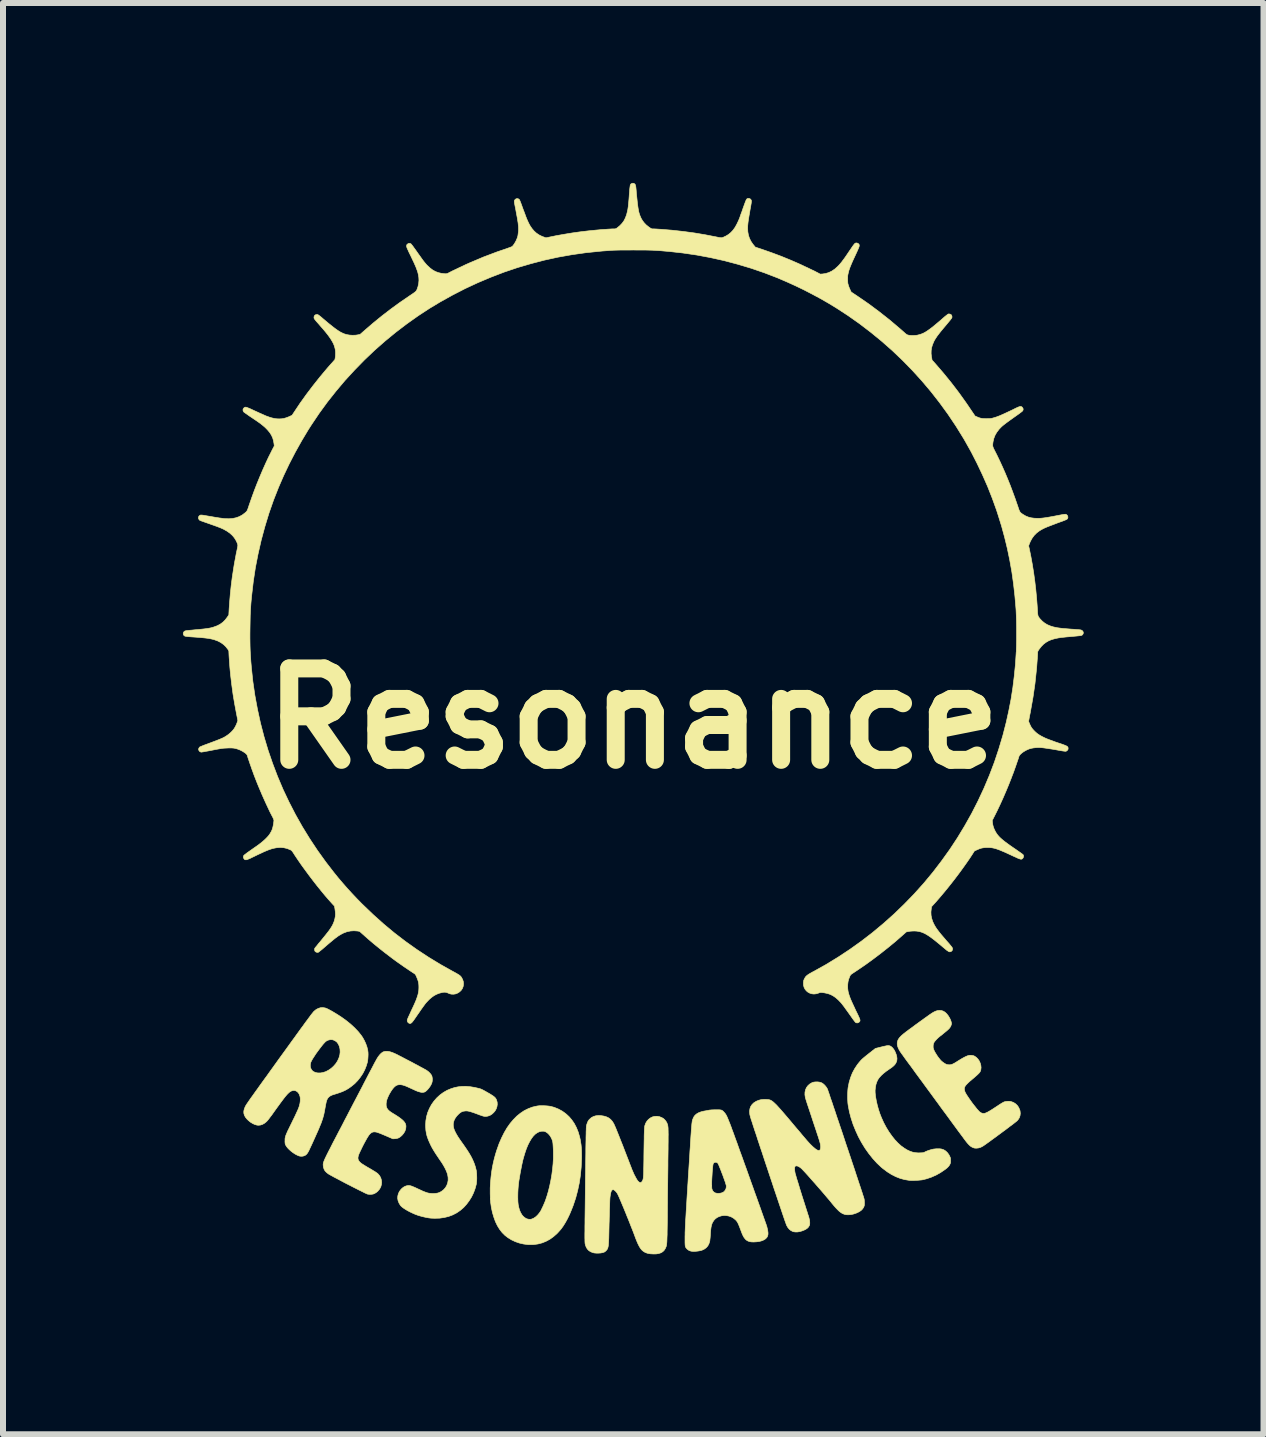
<source format=kicad_pcb>
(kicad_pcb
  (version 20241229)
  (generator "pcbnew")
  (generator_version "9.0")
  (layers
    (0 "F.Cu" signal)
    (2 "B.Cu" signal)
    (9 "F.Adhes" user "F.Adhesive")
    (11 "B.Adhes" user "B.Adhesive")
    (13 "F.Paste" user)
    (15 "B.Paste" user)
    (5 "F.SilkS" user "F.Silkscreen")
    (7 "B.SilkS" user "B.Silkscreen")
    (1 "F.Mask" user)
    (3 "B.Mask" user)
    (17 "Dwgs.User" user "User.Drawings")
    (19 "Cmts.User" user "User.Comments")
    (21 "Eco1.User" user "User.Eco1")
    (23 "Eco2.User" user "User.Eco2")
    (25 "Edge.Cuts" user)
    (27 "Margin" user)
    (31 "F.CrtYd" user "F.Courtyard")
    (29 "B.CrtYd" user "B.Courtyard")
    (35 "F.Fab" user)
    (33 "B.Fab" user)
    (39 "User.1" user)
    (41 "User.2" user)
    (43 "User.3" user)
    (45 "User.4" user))
  (footprint "Resonance"
    (layer "F.Cu")
    (at 7.506 8.929)
    (property "Reference" "Resonance" (at 0 0 0) (layer "F.SilkS") (effects (font (size 1.524 1.524) (thickness 0.3))))
    (attr through_hole)
    (fp_poly (pts (xy 4.272 5.456) (xy 4.284 5.46) (xy 4.295 5.465) (xy 4.298 5.467) (xy 4.319 5.484) (xy 4.339 5.507) (xy 4.358 5.536) (xy 4.373 5.568) (xy 4.386 5.602) (xy 4.395 5.636) (xy 4.399 5.668) (xy 4.397 5.696) (xy 4.397 5.698) (xy 4.39 5.724) (xy 4.378 5.749) (xy 4.362 5.772) (xy 4.339 5.795) (xy 4.31 5.819) (xy 4.276 5.842) (xy 4.22 5.881) (xy 4.172 5.919) (xy 4.133 5.955) (xy 4.102 5.99) (xy 4.082 6.019) (xy 4.063 6.058) (xy 4.048 6.103) (xy 4.039 6.152) (xy 4.034 6.202) (xy 4.035 6.241) (xy 4.042 6.304) (xy 4.054 6.373) (xy 4.07 6.444) (xy 4.09 6.517) (xy 4.113 6.587) (xy 4.139 6.653) (xy 4.177 6.738) (xy 4.219 6.817) (xy 4.265 6.892) (xy 4.313 6.96) (xy 4.363 7.023) (xy 4.415 7.078) (xy 4.468 7.126) (xy 4.518 7.162) (xy 4.566 7.192) (xy 4.613 7.214) (xy 4.659 7.23) (xy 4.706 7.239) (xy 4.755 7.243) (xy 4.784 7.242) (xy 4.808 7.241) (xy 4.826 7.24) (xy 4.838 7.238) (xy 4.848 7.235) (xy 4.857 7.231) (xy 4.861 7.229) (xy 4.881 7.219) (xy 4.908 7.208) (xy 4.937 7.198) (xy 4.966 7.189) (xy 4.994 7.182) (xy 5.001 7.18) (xy 5.026 7.177) (xy 5.055 7.174) (xy 5.085 7.174) (xy 5.112 7.174) (xy 5.134 7.177) (xy 5.141 7.178) (xy 5.179 7.191) (xy 5.212 7.212) (xy 5.241 7.24) (xy 5.266 7.275) (xy 5.273 7.289) (xy 5.282 7.307) (xy 5.288 7.321) (xy 5.291 7.333) (xy 5.292 7.347) (xy 5.292 7.365) (xy 5.292 7.37) (xy 5.292 7.391) (xy 5.291 7.406) (xy 5.288 7.417) (xy 5.284 7.428) (xy 5.28 7.435) (xy 5.268 7.456) (xy 5.253 7.474) (xy 5.234 7.493) (xy 5.209 7.513) (xy 5.207 7.515) (xy 5.131 7.567) (xy 5.054 7.611) (xy 4.973 7.647) (xy 4.89 7.675) (xy 4.826 7.691) (xy 4.807 7.694) (xy 4.782 7.696) (xy 4.751 7.699) (xy 4.719 7.7) (xy 4.686 7.702) (xy 4.654 7.702) (xy 4.627 7.702) (xy 4.605 7.701) (xy 4.6 7.7) (xy 4.527 7.688) (xy 4.453 7.668) (xy 4.379 7.639) (xy 4.306 7.602) (xy 4.235 7.557) (xy 4.166 7.505) (xy 4.138 7.482) (xy 4.065 7.413) (xy 3.995 7.336) (xy 3.929 7.253) (xy 3.866 7.164) (xy 3.809 7.071) (xy 3.756 6.973) (xy 3.71 6.872) (xy 3.668 6.769) (xy 3.634 6.665) (xy 3.606 6.56) (xy 3.586 6.455) (xy 3.584 6.442) (xy 3.58 6.41) (xy 3.578 6.373) (xy 3.576 6.331) (xy 3.576 6.288) (xy 3.577 6.245) (xy 3.579 6.205) (xy 3.582 6.17) (xy 3.584 6.154) (xy 3.601 6.068) (xy 3.625 5.987) (xy 3.655 5.911) (xy 3.693 5.84) (xy 3.737 5.773) (xy 3.767 5.735) (xy 3.78 5.72) (xy 3.791 5.707) (xy 3.802 5.695) (xy 3.813 5.684) (xy 3.826 5.672) (xy 3.841 5.659) (xy 3.86 5.643) (xy 3.882 5.625) (xy 3.91 5.603) (xy 3.936 5.582) (xy 4.039 5.501) (xy 4.139 5.476) (xy 4.175 5.467) (xy 4.204 5.461) (xy 4.227 5.456) (xy 4.245 5.454) (xy 4.26 5.454) (xy 4.272 5.456)) (stroke (width 0.01) (type solid)) (fill yes) (layer "F.SilkS"))
    (fp_poly (pts (xy -1.515 6.456) (xy -1.489 6.456) (xy -1.45 6.458) (xy -1.416 6.461) (xy -1.387 6.465) (xy -1.36 6.471) (xy -1.331 6.479) (xy -1.314 6.484) (xy -1.245 6.512) (xy -1.181 6.547) (xy -1.123 6.589) (xy -1.07 6.637) (xy -1.023 6.692) (xy -0.981 6.753) (xy -0.946 6.82) (xy -0.916 6.894) (xy -0.893 6.973) (xy -0.882 7.02) (xy -0.875 7.064) (xy -0.868 7.107) (xy -0.864 7.149) (xy -0.861 7.194) (xy -0.86 7.242) (xy -0.859 7.296) (xy -0.86 7.342) (xy -0.866 7.481) (xy -0.879 7.615) (xy -0.898 7.744) (xy -0.925 7.871) (xy -0.958 7.995) (xy -0.999 8.118) (xy -1.026 8.187) (xy -1.059 8.266) (xy -1.093 8.337) (xy -1.128 8.401) (xy -1.164 8.459) (xy -1.201 8.511) (xy -1.242 8.558) (xy -1.27 8.588) (xy -1.328 8.639) (xy -1.388 8.682) (xy -1.451 8.716) (xy -1.517 8.743) (xy -1.586 8.761) (xy -1.658 8.771) (xy -1.733 8.772) (xy -1.756 8.771) (xy -1.826 8.762) (xy -1.896 8.746) (xy -1.963 8.723) (xy -2.027 8.693) (xy -2.086 8.657) (xy -2.138 8.617) (xy -2.184 8.571) (xy -2.226 8.517) (xy -2.263 8.457) (xy -2.296 8.389) (xy -2.323 8.314) (xy -2.347 8.233) (xy -2.365 8.146) (xy -2.376 8.067) (xy -2.379 8.038) (xy -2.381 8.002) (xy -2.382 7.962) (xy -2.382 7.959) (xy -1.923 7.959) (xy -1.923 8.011) (xy -1.921 8.058) (xy -1.917 8.099) (xy -1.916 8.106) (xy -1.906 8.154) (xy -1.893 8.199) (xy -1.875 8.24) (xy -1.854 8.275) (xy -1.835 8.298) (xy -1.806 8.323) (xy -1.775 8.341) (xy -1.743 8.349) (xy -1.711 8.35) (xy -1.689 8.345) (xy -1.657 8.331) (xy -1.624 8.309) (xy -1.593 8.28) (xy -1.564 8.245) (xy -1.553 8.229) (xy -1.538 8.206) (xy -1.523 8.175) (xy -1.506 8.14) (xy -1.489 8.102) (xy -1.472 8.062) (xy -1.461 8.034) (xy -1.436 7.959) (xy -1.412 7.877) (xy -1.391 7.791) (xy -1.372 7.7) (xy -1.356 7.608) (xy -1.344 7.516) (xy -1.335 7.425) (xy -1.332 7.373) (xy -1.33 7.339) (xy -1.33 7.302) (xy -1.33 7.263) (xy -1.33 7.223) (xy -1.331 7.185) (xy -1.333 7.148) (xy -1.335 7.115) (xy -1.337 7.086) (xy -1.34 7.064) (xy -1.342 7.051) (xy -1.355 7.013) (xy -1.373 6.977) (xy -1.394 6.946) (xy -1.419 6.919) (xy -1.445 6.899) (xy -1.472 6.885) (xy -1.477 6.884) (xy -1.492 6.881) (xy -1.512 6.881) (xy -1.526 6.881) (xy -1.562 6.889) (xy -1.597 6.905) (xy -1.631 6.929) (xy -1.664 6.962) (xy -1.695 7.003) (xy -1.725 7.053) (xy -1.754 7.11) (xy -1.781 7.175) (xy -1.806 7.249) (xy -1.83 7.33) (xy -1.841 7.373) (xy -1.846 7.396) (xy -1.853 7.427) (xy -1.86 7.462) (xy -1.868 7.502) (xy -1.876 7.544) (xy -1.884 7.586) (xy -1.891 7.627) (xy -1.897 7.665) (xy -1.903 7.698) (xy -1.907 7.726) (xy -1.907 7.729) (xy -1.914 7.787) (xy -1.919 7.845) (xy -1.922 7.903) (xy -1.923 7.959) (xy -2.382 7.959) (xy -2.383 7.918) (xy -2.383 7.873) (xy -2.383 7.829) (xy -2.381 7.788) (xy -2.379 7.751) (xy -2.378 7.736) (xy -2.37 7.648) (xy -2.36 7.566) (xy -2.348 7.489) (xy -2.333 7.416) (xy -2.316 7.343) (xy -2.296 7.27) (xy -2.273 7.195) (xy -2.27 7.188) (xy -2.234 7.086) (xy -2.193 6.992) (xy -2.149 6.904) (xy -2.102 6.824) (xy -2.051 6.752) (xy -1.996 6.687) (xy -1.939 6.629) (xy -1.878 6.58) (xy -1.815 6.538) (xy -1.748 6.505) (xy -1.679 6.479) (xy -1.615 6.464) (xy -1.595 6.46) (xy -1.578 6.458) (xy -1.56 6.456) (xy -1.54 6.456) (xy -1.515 6.456)) (stroke (width 0.01) (type solid)) (fill yes) (layer "F.SilkS"))
    (fp_poly (pts (xy -2.718 6.139) (xy -2.644 6.151) (xy -2.579 6.166) (xy -2.563 6.17) (xy -2.549 6.174) (xy -2.536 6.179) (xy -2.522 6.185) (xy -2.506 6.193) (xy -2.487 6.203) (xy -2.462 6.217) (xy -2.432 6.234) (xy -2.431 6.235) (xy -2.393 6.256) (xy -2.363 6.275) (xy -2.338 6.291) (xy -2.319 6.305) (xy -2.304 6.319) (xy -2.293 6.331) (xy -2.285 6.345) (xy -2.278 6.359) (xy -2.277 6.362) (xy -2.267 6.397) (xy -2.265 6.433) (xy -2.27 6.469) (xy -2.282 6.506) (xy -2.301 6.541) (xy -2.326 6.571) (xy -2.355 6.597) (xy -2.387 6.617) (xy -2.421 6.629) (xy -2.444 6.633) (xy -2.457 6.634) (xy -2.47 6.634) (xy -2.482 6.633) (xy -2.497 6.63) (xy -2.514 6.625) (xy -2.536 6.617) (xy -2.564 6.608) (xy -2.597 6.595) (xy -2.638 6.58) (xy -2.672 6.568) (xy -2.701 6.559) (xy -2.724 6.552) (xy -2.745 6.547) (xy -2.762 6.544) (xy -2.779 6.543) (xy -2.795 6.543) (xy -2.798 6.544) (xy -2.826 6.547) (xy -2.85 6.554) (xy -2.873 6.566) (xy -2.897 6.584) (xy -2.905 6.591) (xy -2.941 6.628) (xy -2.968 6.666) (xy -2.987 6.705) (xy -2.997 6.744) (xy -2.999 6.759) (xy -2.999 6.784) (xy -2.996 6.811) (xy -2.989 6.838) (xy -2.978 6.868) (xy -2.963 6.9) (xy -2.944 6.935) (xy -2.92 6.975) (xy -2.89 7.02) (xy -2.855 7.07) (xy -2.851 7.075) (xy -2.806 7.139) (xy -2.767 7.197) (xy -2.733 7.25) (xy -2.704 7.3) (xy -2.68 7.347) (xy -2.66 7.392) (xy -2.643 7.436) (xy -2.629 7.48) (xy -2.618 7.525) (xy -2.616 7.532) (xy -2.612 7.558) (xy -2.609 7.589) (xy -2.608 7.625) (xy -2.607 7.662) (xy -2.608 7.699) (xy -2.611 7.732) (xy -2.614 7.76) (xy -2.616 7.769) (xy -2.635 7.839) (xy -2.661 7.909) (xy -2.694 7.977) (xy -2.734 8.041) (xy -2.778 8.1) (xy -2.826 8.153) (xy -2.827 8.154) (xy -2.883 8.202) (xy -2.943 8.243) (xy -3.007 8.276) (xy -3.076 8.302) (xy -3.15 8.32) (xy -3.227 8.331) (xy -3.308 8.333) (xy -3.368 8.331) (xy -3.404 8.327) (xy -3.445 8.32) (xy -3.49 8.31) (xy -3.534 8.299) (xy -3.576 8.287) (xy -3.591 8.282) (xy -3.635 8.266) (xy -3.678 8.247) (xy -3.72 8.227) (xy -3.76 8.206) (xy -3.797 8.184) (xy -3.829 8.163) (xy -3.855 8.143) (xy -3.875 8.124) (xy -3.88 8.118) (xy -3.903 8.08) (xy -3.919 8.041) (xy -3.926 8.001) (xy -3.924 7.962) (xy -3.914 7.923) (xy -3.897 7.886) (xy -3.871 7.852) (xy -3.863 7.843) (xy -3.833 7.817) (xy -3.803 7.8) (xy -3.773 7.79) (xy -3.753 7.787) (xy -3.74 7.787) (xy -3.726 7.788) (xy -3.711 7.791) (xy -3.695 7.796) (xy -3.675 7.804) (xy -3.65 7.814) (xy -3.619 7.828) (xy -3.592 7.841) (xy -3.548 7.861) (xy -3.512 7.878) (xy -3.48 7.891) (xy -3.453 7.901) (xy -3.429 7.909) (xy -3.407 7.914) (xy -3.385 7.917) (xy -3.363 7.919) (xy -3.339 7.92) (xy -3.335 7.92) (xy -3.295 7.918) (xy -3.262 7.913) (xy -3.232 7.904) (xy -3.204 7.889) (xy -3.195 7.884) (xy -3.158 7.855) (xy -3.129 7.822) (xy -3.107 7.784) (xy -3.092 7.743) (xy -3.084 7.698) (xy -3.085 7.652) (xy -3.093 7.604) (xy -3.101 7.58) (xy -3.11 7.555) (xy -3.121 7.53) (xy -3.133 7.504) (xy -3.148 7.476) (xy -3.165 7.446) (xy -3.186 7.412) (xy -3.212 7.374) (xy -3.242 7.33) (xy -3.251 7.316) (xy -3.289 7.26) (xy -3.321 7.209) (xy -3.349 7.162) (xy -3.373 7.116) (xy -3.394 7.071) (xy -3.414 7.025) (xy -3.42 7.009) (xy -3.437 6.96) (xy -3.448 6.913) (xy -3.456 6.864) (xy -3.459 6.812) (xy -3.46 6.779) (xy -3.456 6.707) (xy -3.444 6.636) (xy -3.424 6.567) (xy -3.396 6.501) (xy -3.362 6.438) (xy -3.321 6.38) (xy -3.274 6.326) (xy -3.222 6.278) (xy -3.165 6.236) (xy -3.103 6.2) (xy -3.041 6.174) (xy -2.98 6.154) (xy -2.918 6.141) (xy -2.854 6.134) (xy -2.788 6.133) (xy -2.718 6.139)) (stroke (width 0.01) (type solid)) (fill yes) (layer "F.SilkS"))
    (fp_poly (pts (xy -4.093 5.549) (xy -4.055 5.556) (xy -4.012 5.57) (xy -3.972 5.587) (xy -3.955 5.595) (xy -3.932 5.606) (xy -3.904 5.621) (xy -3.872 5.637) (xy -3.836 5.656) (xy -3.798 5.676) (xy -3.758 5.697) (xy -3.717 5.718) (xy -3.675 5.74) (xy -3.635 5.762) (xy -3.596 5.782) (xy -3.56 5.802) (xy -3.527 5.82) (xy -3.498 5.835) (xy -3.474 5.849) (xy -3.455 5.859) (xy -3.444 5.866) (xy -3.442 5.867) (xy -3.409 5.892) (xy -3.382 5.92) (xy -3.362 5.947) (xy -3.358 5.955) (xy -3.352 5.976) (xy -3.348 6.002) (xy -3.348 6.03) (xy -3.351 6.057) (xy -3.358 6.081) (xy -3.358 6.082) (xy -3.371 6.109) (xy -3.387 6.136) (xy -3.406 6.162) (xy -3.426 6.186) (xy -3.446 6.206) (xy -3.464 6.22) (xy -3.469 6.224) (xy -3.485 6.23) (xy -3.501 6.233) (xy -3.52 6.234) (xy -3.541 6.231) (xy -3.565 6.225) (xy -3.594 6.216) (xy -3.628 6.202) (xy -3.667 6.184) (xy -3.713 6.163) (xy -3.726 6.157) (xy -3.772 6.136) (xy -3.812 6.12) (xy -3.847 6.11) (xy -3.878 6.105) (xy -3.906 6.106) (xy -3.931 6.111) (xy -3.932 6.111) (xy -3.957 6.123) (xy -3.982 6.144) (xy -4.008 6.173) (xy -4.034 6.21) (xy -4.061 6.255) (xy -4.073 6.278) (xy -4.092 6.319) (xy -4.106 6.356) (xy -4.114 6.39) (xy -4.118 6.422) (xy -4.118 6.429) (xy -4.117 6.457) (xy -4.111 6.483) (xy -4.1 6.505) (xy -4.083 6.527) (xy -4.06 6.548) (xy -4.03 6.569) (xy -4.009 6.582) (xy -3.96 6.612) (xy -3.918 6.639) (xy -3.883 6.664) (xy -3.855 6.686) (xy -3.832 6.707) (xy -3.815 6.727) (xy -3.802 6.746) (xy -3.794 6.765) (xy -3.789 6.785) (xy -3.788 6.805) (xy -3.792 6.844) (xy -3.805 6.881) (xy -3.826 6.917) (xy -3.854 6.95) (xy -3.881 6.974) (xy -3.907 6.991) (xy -3.935 7.001) (xy -3.966 7.006) (xy -3.971 7.006) (xy -4.006 7.008) (xy -4.124 6.957) (xy -4.164 6.94) (xy -4.198 6.926) (xy -4.225 6.915) (xy -4.248 6.907) (xy -4.266 6.901) (xy -4.281 6.896) (xy -4.294 6.894) (xy -4.306 6.893) (xy -4.315 6.892) (xy -4.34 6.895) (xy -4.362 6.905) (xy -4.383 6.921) (xy -4.404 6.945) (xy -4.423 6.974) (xy -4.442 7.005) (xy -4.461 7.04) (xy -4.481 7.076) (xy -4.501 7.114) (xy -4.52 7.152) (xy -4.537 7.188) (xy -4.553 7.221) (xy -4.567 7.251) (xy -4.577 7.276) (xy -4.583 7.294) (xy -4.583 7.295) (xy -4.588 7.323) (xy -4.586 7.348) (xy -4.576 7.371) (xy -4.559 7.394) (xy -4.534 7.416) (xy -4.524 7.423) (xy -4.508 7.433) (xy -4.486 7.447) (xy -4.46 7.463) (xy -4.432 7.48) (xy -4.402 7.497) (xy -4.393 7.502) (xy -4.356 7.524) (xy -4.325 7.543) (xy -4.3 7.558) (xy -4.281 7.571) (xy -4.266 7.582) (xy -4.255 7.591) (xy -4.252 7.594) (xy -4.226 7.625) (xy -4.208 7.659) (xy -4.197 7.696) (xy -4.193 7.734) (xy -4.197 7.772) (xy -4.208 7.81) (xy -4.227 7.845) (xy -4.253 7.876) (xy -4.258 7.882) (xy -4.285 7.904) (xy -4.31 7.919) (xy -4.335 7.929) (xy -4.364 7.933) (xy -4.372 7.934) (xy -4.406 7.933) (xy -4.432 7.929) (xy -4.44 7.925) (xy -4.456 7.918) (xy -4.478 7.908) (xy -4.505 7.894) (xy -4.537 7.878) (xy -4.574 7.86) (xy -4.613 7.84) (xy -4.655 7.819) (xy -4.698 7.797) (xy -4.743 7.774) (xy -4.788 7.751) (xy -4.832 7.728) (xy -4.875 7.705) (xy -4.916 7.683) (xy -4.954 7.663) (xy -4.989 7.645) (xy -5.019 7.628) (xy -5.045 7.614) (xy -5.064 7.603) (xy -5.078 7.595) (xy -5.08 7.594) (xy -5.112 7.569) (xy -5.137 7.543) (xy -5.153 7.514) (xy -5.163 7.483) (xy -5.167 7.457) (xy -5.167 7.449) (xy -5.168 7.441) (xy -5.168 7.434) (xy -5.167 7.426) (xy -5.166 7.418) (xy -5.164 7.409) (xy -5.161 7.398) (xy -5.157 7.386) (xy -5.151 7.371) (xy -5.144 7.354) (xy -5.135 7.334) (xy -5.124 7.311) (xy -5.111 7.284) (xy -5.096 7.254) (xy -5.078 7.218) (xy -5.057 7.178) (xy -5.034 7.133) (xy -5.008 7.081) (xy -4.978 7.024) (xy -4.945 6.961) (xy -4.909 6.891) (xy -4.868 6.814) (xy -4.842 6.764) (xy -4.809 6.699) (xy -4.773 6.631) (xy -4.736 6.559) (xy -4.698 6.486) (xy -4.66 6.413) (xy -4.622 6.341) (xy -4.585 6.27) (xy -4.55 6.203) (xy -4.517 6.14) (xy -4.488 6.083) (xy -4.464 6.037) (xy -4.438 5.987) (xy -4.413 5.939) (xy -4.389 5.893) (xy -4.366 5.85) (xy -4.345 5.81) (xy -4.327 5.775) (xy -4.311 5.744) (xy -4.297 5.719) (xy -4.287 5.701) (xy -4.281 5.689) (xy -4.28 5.687) (xy -4.253 5.643) (xy -4.226 5.608) (xy -4.2 5.581) (xy -4.173 5.562) (xy -4.157 5.555) (xy -4.128 5.549) (xy -4.093 5.549)) (stroke (width 0.01) (type solid)) (fill yes) (layer "F.SilkS"))
    (fp_poly (pts (xy 5.135 4.868) (xy 5.168 4.878) (xy 5.199 4.896) (xy 5.228 4.923) (xy 5.255 4.958) (xy 5.272 4.986) (xy 5.287 5.014) (xy 5.298 5.042) (xy 5.305 5.067) (xy 5.308 5.087) (xy 5.308 5.088) (xy 5.304 5.107) (xy 5.296 5.129) (xy 5.283 5.151) (xy 5.27 5.168) (xy 5.259 5.179) (xy 5.242 5.195) (xy 5.22 5.214) (xy 5.194 5.235) (xy 5.166 5.258) (xy 5.137 5.282) (xy 5.119 5.295) (xy 5.089 5.32) (xy 5.062 5.346) (xy 5.039 5.371) (xy 5.021 5.394) (xy 5.017 5.401) (xy 5.006 5.426) (xy 5.002 5.455) (xy 5.002 5.485) (xy 5.008 5.51) (xy 5.017 5.533) (xy 5.031 5.561) (xy 5.05 5.592) (xy 5.07 5.624) (xy 5.092 5.655) (xy 5.115 5.683) (xy 5.126 5.697) (xy 5.148 5.718) (xy 5.174 5.738) (xy 5.2 5.755) (xy 5.222 5.766) (xy 5.244 5.772) (xy 5.27 5.774) (xy 5.273 5.774) (xy 5.289 5.773) (xy 5.305 5.77) (xy 5.322 5.764) (xy 5.343 5.754) (xy 5.367 5.741) (xy 5.396 5.723) (xy 5.416 5.71) (xy 5.452 5.688) (xy 5.487 5.667) (xy 5.52 5.649) (xy 5.55 5.634) (xy 5.575 5.624) (xy 5.583 5.621) (xy 5.613 5.615) (xy 5.645 5.616) (xy 5.675 5.622) (xy 5.693 5.63) (xy 5.723 5.651) (xy 5.749 5.678) (xy 5.771 5.71) (xy 5.787 5.746) (xy 5.797 5.783) (xy 5.801 5.82) (xy 5.798 5.845) (xy 5.796 5.859) (xy 5.793 5.87) (xy 5.789 5.881) (xy 5.784 5.891) (xy 5.776 5.902) (xy 5.766 5.914) (xy 5.751 5.929) (xy 5.733 5.946) (xy 5.71 5.966) (xy 5.682 5.991) (xy 5.647 6.02) (xy 5.614 6.048) (xy 5.588 6.072) (xy 5.567 6.093) (xy 5.551 6.11) (xy 5.539 6.125) (xy 5.531 6.139) (xy 5.528 6.145) (xy 5.522 6.167) (xy 5.524 6.193) (xy 5.531 6.22) (xy 5.535 6.23) (xy 5.546 6.251) (xy 5.562 6.278) (xy 5.582 6.308) (xy 5.605 6.342) (xy 5.629 6.376) (xy 5.655 6.412) (xy 5.681 6.446) (xy 5.707 6.478) (xy 5.73 6.508) (xy 5.752 6.532) (xy 5.77 6.552) (xy 5.778 6.559) (xy 5.802 6.575) (xy 5.828 6.584) (xy 5.853 6.585) (xy 5.855 6.584) (xy 5.869 6.581) (xy 5.885 6.574) (xy 5.906 6.565) (xy 5.931 6.551) (xy 5.96 6.534) (xy 5.995 6.512) (xy 6.036 6.485) (xy 6.053 6.474) (xy 6.082 6.455) (xy 6.109 6.437) (xy 6.134 6.421) (xy 6.156 6.408) (xy 6.173 6.399) (xy 6.184 6.393) (xy 6.186 6.392) (xy 6.217 6.385) (xy 6.25 6.382) (xy 6.283 6.383) (xy 6.301 6.387) (xy 6.34 6.401) (xy 6.374 6.422) (xy 6.404 6.45) (xy 6.427 6.483) (xy 6.444 6.521) (xy 6.451 6.543) (xy 6.455 6.583) (xy 6.451 6.62) (xy 6.439 6.656) (xy 6.418 6.689) (xy 6.406 6.703) (xy 6.399 6.71) (xy 6.385 6.721) (xy 6.365 6.737) (xy 6.341 6.756) (xy 6.312 6.778) (xy 6.279 6.802) (xy 6.244 6.829) (xy 6.206 6.858) (xy 6.166 6.887) (xy 6.126 6.917) (xy 6.085 6.947) (xy 6.045 6.977) (xy 6.006 7.005) (xy 5.969 7.032) (xy 5.934 7.058) (xy 5.903 7.08) (xy 5.875 7.1) (xy 5.852 7.116) (xy 5.834 7.128) (xy 5.824 7.134) (xy 5.793 7.15) (xy 5.76 7.16) (xy 5.727 7.164) (xy 5.695 7.163) (xy 5.671 7.156) (xy 5.653 7.148) (xy 5.637 7.139) (xy 5.621 7.128) (xy 5.605 7.113) (xy 5.587 7.095) (xy 5.567 7.072) (xy 5.544 7.043) (xy 5.52 7.011) (xy 5.511 6.999) (xy 5.497 6.979) (xy 5.478 6.954) (xy 5.455 6.923) (xy 5.428 6.887) (xy 5.398 6.846) (xy 5.365 6.801) (xy 5.329 6.752) (xy 5.291 6.7) (xy 5.251 6.645) (xy 5.209 6.588) (xy 5.165 6.529) (xy 5.121 6.469) (xy 5.089 6.424) (xy 5.043 6.362) (xy 4.997 6.299) (xy 4.951 6.236) (xy 4.906 6.175) (xy 4.862 6.115) (xy 4.82 6.057) (xy 4.779 6.002) (xy 4.741 5.95) (xy 4.706 5.903) (xy 4.675 5.859) (xy 4.647 5.821) (xy 4.623 5.788) (xy 4.603 5.762) (xy 4.596 5.752) (xy 4.564 5.709) (xy 4.537 5.672) (xy 4.515 5.641) (xy 4.496 5.614) (xy 4.48 5.593) (xy 4.468 5.575) (xy 4.457 5.56) (xy 4.449 5.548) (xy 4.443 5.537) (xy 4.437 5.528) (xy 4.433 5.519) (xy 4.428 5.511) (xy 4.413 5.475) (xy 4.404 5.441) (xy 4.403 5.409) (xy 4.409 5.378) (xy 4.422 5.348) (xy 4.444 5.318) (xy 4.474 5.287) (xy 4.51 5.256) (xy 4.526 5.244) (xy 4.547 5.227) (xy 4.573 5.208) (xy 4.603 5.185) (xy 4.637 5.161) (xy 4.672 5.135) (xy 4.709 5.107) (xy 4.747 5.08) (xy 4.785 5.052) (xy 4.822 5.026) (xy 4.857 5) (xy 4.89 4.977) (xy 4.919 4.956) (xy 4.944 4.938) (xy 4.965 4.924) (xy 4.98 4.914) (xy 4.986 4.91) (xy 5.019 4.891) (xy 5.048 4.878) (xy 5.075 4.87) (xy 5.1 4.867) (xy 5.135 4.868)) (stroke (width 0.01) (type solid)) (fill yes) (layer "F.SilkS"))
    (fp_poly (pts (xy 1.436 6.524) (xy 1.456 6.526) (xy 1.471 6.529) (xy 1.484 6.535) (xy 1.495 6.543) (xy 1.507 6.554) (xy 1.519 6.568) (xy 1.525 6.574) (xy 1.53 6.58) (xy 1.535 6.587) (xy 1.541 6.595) (xy 1.546 6.603) (xy 1.552 6.613) (xy 1.558 6.625) (xy 1.565 6.639) (xy 1.572 6.655) (xy 1.58 6.674) (xy 1.589 6.696) (xy 1.599 6.721) (xy 1.611 6.75) (xy 1.624 6.784) (xy 1.638 6.821) (xy 1.653 6.864) (xy 1.671 6.911) (xy 1.69 6.964) (xy 1.711 7.022) (xy 1.735 7.087) (xy 1.76 7.158) (xy 1.788 7.236) (xy 1.819 7.32) (xy 1.852 7.413) (xy 1.888 7.512) (xy 1.91 7.574) (xy 1.94 7.658) (xy 1.969 7.74) (xy 1.998 7.82) (xy 2.025 7.897) (xy 2.052 7.971) (xy 2.077 8.041) (xy 2.101 8.108) (xy 2.123 8.17) (xy 2.143 8.227) (xy 2.162 8.28) (xy 2.178 8.326) (xy 2.193 8.367) (xy 2.205 8.402) (xy 2.215 8.429) (xy 2.222 8.45) (xy 2.226 8.463) (xy 2.228 8.467) (xy 2.233 8.488) (xy 2.239 8.513) (xy 2.244 8.538) (xy 2.245 8.544) (xy 2.249 8.577) (xy 2.248 8.605) (xy 2.242 8.629) (xy 2.231 8.65) (xy 2.229 8.653) (xy 2.208 8.675) (xy 2.18 8.693) (xy 2.145 8.708) (xy 2.105 8.719) (xy 2.059 8.725) (xy 2.009 8.728) (xy 2.005 8.728) (xy 1.965 8.726) (xy 1.932 8.719) (xy 1.904 8.707) (xy 1.88 8.69) (xy 1.859 8.666) (xy 1.857 8.663) (xy 1.848 8.651) (xy 1.84 8.638) (xy 1.833 8.624) (xy 1.825 8.608) (xy 1.816 8.587) (xy 1.806 8.561) (xy 1.794 8.529) (xy 1.789 8.516) (xy 1.775 8.479) (xy 1.763 8.449) (xy 1.753 8.426) (xy 1.744 8.407) (xy 1.734 8.391) (xy 1.725 8.378) (xy 1.714 8.366) (xy 1.706 8.358) (xy 1.673 8.331) (xy 1.636 8.31) (xy 1.597 8.296) (xy 1.557 8.288) (xy 1.516 8.286) (xy 1.476 8.291) (xy 1.438 8.302) (xy 1.403 8.318) (xy 1.371 8.341) (xy 1.345 8.369) (xy 1.325 8.401) (xy 1.314 8.425) (xy 1.306 8.452) (xy 1.299 8.484) (xy 1.294 8.522) (xy 1.29 8.566) (xy 1.288 8.601) (xy 1.286 8.63) (xy 1.284 8.658) (xy 1.281 8.683) (xy 1.279 8.703) (xy 1.277 8.716) (xy 1.264 8.757) (xy 1.245 8.793) (xy 1.219 8.823) (xy 1.186 8.847) (xy 1.148 8.865) (xy 1.118 8.873) (xy 1.084 8.879) (xy 1.048 8.883) (xy 1.013 8.885) (xy 0.981 8.883) (xy 0.965 8.881) (xy 0.934 8.871) (xy 0.907 8.852) (xy 0.896 8.842) (xy 0.888 8.833) (xy 0.881 8.824) (xy 0.876 8.816) (xy 0.872 8.807) (xy 0.869 8.795) (xy 0.867 8.78) (xy 0.866 8.762) (xy 0.865 8.737) (xy 0.865 8.707) (xy 0.865 8.67) (xy 0.865 8.649) (xy 0.865 8.63) (xy 0.866 8.611) (xy 0.866 8.592) (xy 0.866 8.572) (xy 0.867 8.551) (xy 0.868 8.528) (xy 0.869 8.502) (xy 0.87 8.474) (xy 0.872 8.443) (xy 0.873 8.409) (xy 0.875 8.37) (xy 0.878 8.327) (xy 0.881 8.279) (xy 0.884 8.225) (xy 0.888 8.165) (xy 0.892 8.099) (xy 0.896 8.026) (xy 0.901 7.946) (xy 0.907 7.857) (xy 0.912 7.767) (xy 0.913 7.759) (xy 1.31 7.759) (xy 1.31 7.793) (xy 1.311 7.821) (xy 1.313 7.841) (xy 1.316 7.851) (xy 1.329 7.878) (xy 1.348 7.898) (xy 1.372 7.911) (xy 1.402 7.917) (xy 1.416 7.918) (xy 1.436 7.917) (xy 1.455 7.914) (xy 1.468 7.912) (xy 1.483 7.906) (xy 1.497 7.9) (xy 1.501 7.899) (xy 1.52 7.884) (xy 1.536 7.863) (xy 1.548 7.839) (xy 1.553 7.812) (xy 1.553 7.791) (xy 1.551 7.779) (xy 1.545 7.761) (xy 1.538 7.736) (xy 1.528 7.708) (xy 1.516 7.675) (xy 1.504 7.641) (xy 1.491 7.605) (xy 1.477 7.57) (xy 1.464 7.535) (xy 1.451 7.503) (xy 1.439 7.474) (xy 1.429 7.449) (xy 1.42 7.43) (xy 1.414 7.418) (xy 1.412 7.415) (xy 1.397 7.403) (xy 1.38 7.398) (xy 1.361 7.401) (xy 1.356 7.403) (xy 1.35 7.406) (xy 1.344 7.41) (xy 1.34 7.415) (xy 1.336 7.422) (xy 1.333 7.432) (xy 1.33 7.446) (xy 1.328 7.464) (xy 1.325 7.489) (xy 1.323 7.519) (xy 1.319 7.558) (xy 1.318 7.576) (xy 1.315 7.627) (xy 1.312 7.675) (xy 1.31 7.72) (xy 1.31 7.759) (xy 0.913 7.759) (xy 0.919 7.654) (xy 0.926 7.551) (xy 0.932 7.455) (xy 0.938 7.367) (xy 0.943 7.286) (xy 0.947 7.212) (xy 0.952 7.145) (xy 0.955 7.084) (xy 0.959 7.03) (xy 0.962 6.981) (xy 0.965 6.937) (xy 0.968 6.898) (xy 0.97 6.864) (xy 0.973 6.834) (xy 0.975 6.808) (xy 0.977 6.786) (xy 0.978 6.767) (xy 0.98 6.751) (xy 0.982 6.737) (xy 0.983 6.726) (xy 0.985 6.716) (xy 0.986 6.709) (xy 0.988 6.702) (xy 0.989 6.696) (xy 0.991 6.691) (xy 0.993 6.686) (xy 0.995 6.68) (xy 0.997 6.675) (xy 0.998 6.673) (xy 1.012 6.642) (xy 1.032 6.615) (xy 1.059 6.592) (xy 1.092 6.573) (xy 1.132 6.558) (xy 1.179 6.546) (xy 1.199 6.543) (xy 1.221 6.539) (xy 1.243 6.535) (xy 1.262 6.531) (xy 1.272 6.529) (xy 1.284 6.528) (xy 1.302 6.526) (xy 1.325 6.525) (xy 1.352 6.524) (xy 1.377 6.524) (xy 1.41 6.524) (xy 1.436 6.524)) (stroke (width 0.01) (type solid)) (fill yes) (layer "F.SilkS"))
    (fp_poly (pts (xy -5.135 4.826) (xy -5.117 4.832) (xy -5.101 4.839) (xy -5.078 4.85) (xy -5.051 4.865) (xy -5.019 4.882) (xy -4.986 4.902) (xy -4.951 4.923) (xy -4.916 4.945) (xy -4.882 4.967) (xy -4.865 4.978) (xy -4.783 5.037) (xy -4.709 5.097) (xy -4.643 5.158) (xy -4.585 5.219) (xy -4.536 5.28) (xy -4.511 5.316) (xy -4.483 5.366) (xy -4.458 5.42) (xy -4.438 5.476) (xy -4.425 5.53) (xy -4.423 5.544) (xy -4.42 5.568) (xy -4.419 5.599) (xy -4.42 5.632) (xy -4.422 5.665) (xy -4.425 5.696) (xy -4.429 5.722) (xy -4.429 5.724) (xy -4.448 5.789) (xy -4.474 5.855) (xy -4.507 5.919) (xy -4.547 5.979) (xy -4.592 6.036) (xy -4.641 6.087) (xy -4.653 6.097) (xy -4.7 6.135) (xy -4.746 6.168) (xy -4.794 6.196) (xy -4.845 6.22) (xy -4.902 6.241) (xy -4.957 6.259) (xy -4.991 6.269) (xy -5.018 6.278) (xy -5.04 6.288) (xy -5.057 6.298) (xy -5.071 6.309) (xy -5.081 6.319) (xy -5.091 6.331) (xy -5.098 6.343) (xy -5.105 6.358) (xy -5.112 6.377) (xy -5.118 6.4) (xy -5.124 6.429) (xy -5.131 6.466) (xy -5.135 6.487) (xy -5.141 6.522) (xy -5.147 6.553) (xy -5.153 6.583) (xy -5.159 6.611) (xy -5.167 6.638) (xy -5.174 6.665) (xy -5.184 6.694) (xy -5.194 6.724) (xy -5.206 6.756) (xy -5.221 6.791) (xy -5.237 6.831) (xy -5.256 6.875) (xy -5.278 6.924) (xy -5.303 6.98) (xy -5.331 7.042) (xy -5.339 7.06) (xy -5.36 7.106) (xy -5.378 7.144) (xy -5.393 7.176) (xy -5.405 7.202) (xy -5.416 7.223) (xy -5.426 7.24) (xy -5.435 7.253) (xy -5.443 7.263) (xy -5.452 7.271) (xy -5.46 7.278) (xy -5.47 7.284) (xy -5.473 7.286) (xy -5.494 7.294) (xy -5.52 7.299) (xy -5.547 7.298) (xy -5.569 7.294) (xy -5.602 7.28) (xy -5.636 7.262) (xy -5.671 7.239) (xy -5.705 7.213) (xy -5.735 7.186) (xy -5.762 7.158) (xy -5.782 7.131) (xy -5.792 7.114) (xy -5.798 7.102) (xy -5.801 7.092) (xy -5.803 7.081) (xy -5.804 7.066) (xy -5.805 7.047) (xy -5.804 7.038) (xy -5.804 7.022) (xy -5.804 7.008) (xy -5.802 6.995) (xy -5.799 6.981) (xy -5.795 6.966) (xy -5.79 6.95) (xy -5.782 6.93) (xy -5.772 6.907) (xy -5.76 6.879) (xy -5.744 6.847) (xy -5.725 6.808) (xy -5.703 6.763) (xy -5.696 6.749) (xy -5.671 6.697) (xy -5.649 6.653) (xy -5.631 6.615) (xy -5.616 6.582) (xy -5.603 6.554) (xy -5.592 6.53) (xy -5.583 6.509) (xy -5.576 6.491) (xy -5.57 6.474) (xy -5.565 6.458) (xy -5.564 6.453) (xy -5.555 6.417) (xy -5.55 6.379) (xy -5.549 6.343) (xy -5.552 6.311) (xy -5.555 6.299) (xy -5.566 6.267) (xy -5.582 6.241) (xy -5.602 6.221) (xy -5.625 6.208) (xy -5.65 6.202) (xy -5.669 6.203) (xy -5.683 6.206) (xy -5.698 6.211) (xy -5.712 6.218) (xy -5.727 6.228) (xy -5.742 6.241) (xy -5.76 6.258) (xy -5.779 6.279) (xy -5.801 6.305) (xy -5.825 6.336) (xy -5.853 6.373) (xy -5.885 6.416) (xy -5.921 6.466) (xy -5.923 6.468) (xy -5.956 6.514) (xy -5.984 6.553) (xy -6.008 6.587) (xy -6.028 6.615) (xy -6.046 6.638) (xy -6.06 6.657) (xy -6.072 6.673) (xy -6.082 6.686) (xy -6.09 6.696) (xy -6.098 6.705) (xy -6.105 6.713) (xy -6.112 6.72) (xy -6.116 6.724) (xy -6.147 6.749) (xy -6.181 6.768) (xy -6.216 6.779) (xy -6.252 6.782) (xy -6.274 6.779) (xy -6.309 6.769) (xy -6.345 6.752) (xy -6.382 6.729) (xy -6.417 6.7) (xy -6.439 6.678) (xy -6.465 6.646) (xy -6.482 6.613) (xy -6.491 6.58) (xy -6.491 6.545) (xy -6.482 6.508) (xy -6.469 6.475) (xy -6.465 6.468) (xy -6.462 6.461) (xy -6.458 6.454) (xy -6.453 6.446) (xy -6.447 6.436) (xy -6.439 6.424) (xy -6.43 6.411) (xy -6.419 6.395) (xy -6.406 6.376) (xy -6.39 6.353) (xy -6.372 6.327) (xy -6.35 6.297) (xy -6.325 6.262) (xy -6.297 6.222) (xy -6.264 6.177) (xy -6.228 6.126) (xy -6.187 6.069) (xy -6.141 6.005) (xy -6.119 5.976) (xy -6.045 5.872) (xy -5.99 5.796) (xy -5.383 5.796) (xy -5.377 5.826) (xy -5.364 5.853) (xy -5.345 5.876) (xy -5.328 5.888) (xy -5.294 5.903) (xy -5.256 5.91) (xy -5.214 5.91) (xy -5.173 5.903) (xy -5.125 5.888) (xy -5.079 5.864) (xy -5.035 5.834) (xy -4.995 5.798) (xy -4.959 5.757) (xy -4.93 5.713) (xy -4.908 5.666) (xy -4.903 5.652) (xy -4.89 5.606) (xy -4.885 5.562) (xy -4.887 5.52) (xy -4.889 5.504) (xy -4.9 5.462) (xy -4.917 5.426) (xy -4.938 5.397) (xy -4.965 5.376) (xy -4.996 5.361) (xy -5.017 5.355) (xy -5.045 5.354) (xy -5.076 5.36) (xy -5.106 5.372) (xy -5.116 5.379) (xy -5.13 5.389) (xy -5.147 5.407) (xy -5.167 5.429) (xy -5.189 5.456) (xy -5.213 5.487) (xy -5.238 5.52) (xy -5.263 5.554) (xy -5.288 5.588) (xy -5.31 5.622) (xy -5.331 5.654) (xy -5.349 5.683) (xy -5.363 5.709) (xy -5.373 5.73) (xy -5.374 5.732) (xy -5.382 5.765) (xy -5.383 5.796) (xy -5.99 5.796) (xy -5.975 5.775) (xy -5.91 5.684) (xy -5.849 5.6) (xy -5.793 5.523) (xy -5.741 5.451) (xy -5.693 5.384) (xy -5.649 5.324) (xy -5.609 5.268) (xy -5.572 5.217) (xy -5.539 5.171) (xy -5.508 5.13) (xy -5.481 5.092) (xy -5.457 5.059) (xy -5.435 5.03) (xy -5.416 5.004) (xy -5.399 4.981) (xy -5.384 4.961) (xy -5.372 4.944) (xy -5.361 4.93) (xy -5.351 4.918) (xy -5.343 4.908) (xy -5.336 4.899) (xy -5.331 4.893) (xy -5.326 4.887) (xy -5.322 4.883) (xy -5.321 4.882) (xy -5.286 4.853) (xy -5.25 4.834) (xy -5.212 4.822) (xy -5.174 4.82) (xy -5.135 4.826)) (stroke (width 0.01) (type solid)) (fill yes) (layer "F.SilkS"))
    (fp_poly (pts (xy -0.537 6.621) (xy -0.487 6.629) (xy -0.444 6.642) (xy -0.407 6.66) (xy -0.376 6.684) (xy -0.349 6.714) (xy -0.326 6.75) (xy -0.325 6.751) (xy -0.318 6.766) (xy -0.309 6.786) (xy -0.297 6.813) (xy -0.283 6.846) (xy -0.267 6.886) (xy -0.248 6.933) (xy -0.227 6.986) (xy -0.203 7.047) (xy -0.176 7.114) (xy -0.147 7.19) (xy -0.115 7.273) (xy -0.08 7.363) (xy -0.042 7.462) (xy -0.039 7.469) (xy -0.02 7.519) (xy -0.001 7.563) (xy 0.016 7.602) (xy 0.035 7.638) (xy 0.054 7.673) (xy 0.063 7.688) (xy 0.076 7.707) (xy 0.091 7.723) (xy 0.107 7.734) (xy 0.12 7.738) (xy 0.122 7.738) (xy 0.133 7.734) (xy 0.145 7.724) (xy 0.155 7.708) (xy 0.156 7.707) (xy 0.159 7.7) (xy 0.162 7.692) (xy 0.165 7.684) (xy 0.167 7.674) (xy 0.169 7.662) (xy 0.171 7.647) (xy 0.172 7.628) (xy 0.174 7.605) (xy 0.175 7.578) (xy 0.176 7.545) (xy 0.176 7.507) (xy 0.177 7.462) (xy 0.178 7.409) (xy 0.179 7.349) (xy 0.179 7.309) (xy 0.18 7.233) (xy 0.181 7.165) (xy 0.182 7.104) (xy 0.183 7.051) (xy 0.184 7.004) (xy 0.184 6.964) (xy 0.185 6.93) (xy 0.186 6.9) (xy 0.187 6.875) (xy 0.188 6.854) (xy 0.189 6.837) (xy 0.19 6.823) (xy 0.191 6.812) (xy 0.192 6.803) (xy 0.193 6.795) (xy 0.195 6.788) (xy 0.209 6.748) (xy 0.231 6.712) (xy 0.256 6.684) (xy 0.289 6.659) (xy 0.324 6.642) (xy 0.362 6.633) (xy 0.401 6.632) (xy 0.44 6.639) (xy 0.479 6.655) (xy 0.504 6.669) (xy 0.525 6.688) (xy 0.545 6.712) (xy 0.561 6.738) (xy 0.571 6.763) (xy 0.574 6.771) (xy 0.576 6.78) (xy 0.578 6.789) (xy 0.579 6.799) (xy 0.581 6.81) (xy 0.582 6.823) (xy 0.583 6.839) (xy 0.583 6.858) (xy 0.584 6.88) (xy 0.584 6.906) (xy 0.585 6.937) (xy 0.584 6.972) (xy 0.584 7.013) (xy 0.584 7.06) (xy 0.583 7.114) (xy 0.583 7.174) (xy 0.582 7.242) (xy 0.581 7.317) (xy 0.58 7.376) (xy 0.58 7.452) (xy 0.579 7.53) (xy 0.578 7.61) (xy 0.577 7.691) (xy 0.576 7.772) (xy 0.575 7.851) (xy 0.574 7.928) (xy 0.573 8.002) (xy 0.573 8.071) (xy 0.572 8.134) (xy 0.572 8.19) (xy 0.571 8.231) (xy 0.571 8.312) (xy 0.57 8.385) (xy 0.569 8.451) (xy 0.568 8.509) (xy 0.567 8.56) (xy 0.567 8.605) (xy 0.565 8.644) (xy 0.564 8.677) (xy 0.563 8.706) (xy 0.562 8.73) (xy 0.56 8.75) (xy 0.558 8.767) (xy 0.556 8.78) (xy 0.554 8.791) (xy 0.552 8.8) (xy 0.537 8.836) (xy 0.518 8.866) (xy 0.494 8.89) (xy 0.464 8.908) (xy 0.428 8.92) (xy 0.387 8.927) (xy 0.339 8.928) (xy 0.285 8.925) (xy 0.264 8.921) (xy 0.242 8.917) (xy 0.226 8.912) (xy 0.2 8.902) (xy 0.177 8.888) (xy 0.155 8.872) (xy 0.135 8.851) (xy 0.116 8.825) (xy 0.098 8.794) (xy 0.079 8.756) (xy 0.06 8.712) (xy 0.039 8.66) (xy 0.033 8.643) (xy 0.018 8.602) (xy 0.001 8.557) (xy -0.018 8.509) (xy -0.038 8.459) (xy -0.058 8.407) (xy -0.079 8.354) (xy -0.101 8.301) (xy -0.122 8.248) (xy -0.143 8.197) (xy -0.163 8.148) (xy -0.183 8.101) (xy -0.201 8.058) (xy -0.218 8.019) (xy -0.232 7.985) (xy -0.245 7.957) (xy -0.255 7.936) (xy -0.262 7.921) (xy -0.264 7.919) (xy -0.277 7.9) (xy -0.292 7.883) (xy -0.307 7.869) (xy -0.32 7.86) (xy -0.331 7.856) (xy -0.346 7.859) (xy -0.358 7.868) (xy -0.365 7.882) (xy -0.372 7.904) (xy -0.378 7.932) (xy -0.383 7.963) (xy -0.387 7.996) (xy -0.387 8.003) (xy -0.388 8.016) (xy -0.389 8.037) (xy -0.39 8.064) (xy -0.391 8.098) (xy -0.392 8.137) (xy -0.394 8.18) (xy -0.395 8.226) (xy -0.396 8.276) (xy -0.398 8.326) (xy -0.399 8.378) (xy -0.401 8.429) (xy -0.402 8.48) (xy -0.403 8.528) (xy -0.404 8.574) (xy -0.405 8.616) (xy -0.405 8.616) (xy -0.406 8.665) (xy -0.408 8.705) (xy -0.41 8.739) (xy -0.412 8.766) (xy -0.414 8.789) (xy -0.417 8.807) (xy -0.421 8.822) (xy -0.423 8.829) (xy -0.434 8.853) (xy -0.452 8.874) (xy -0.472 8.891) (xy -0.485 8.898) (xy -0.511 8.906) (xy -0.544 8.912) (xy -0.579 8.914) (xy -0.614 8.914) (xy -0.648 8.911) (xy -0.67 8.906) (xy -0.708 8.891) (xy -0.739 8.871) (xy -0.764 8.845) (xy -0.783 8.813) (xy -0.797 8.775) (xy -0.8 8.76) (xy -0.801 8.756) (xy -0.802 8.751) (xy -0.802 8.745) (xy -0.803 8.737) (xy -0.803 8.728) (xy -0.804 8.717) (xy -0.804 8.703) (xy -0.804 8.686) (xy -0.805 8.666) (xy -0.805 8.643) (xy -0.805 8.616) (xy -0.805 8.584) (xy -0.804 8.548) (xy -0.804 8.508) (xy -0.804 8.461) (xy -0.803 8.409) (xy -0.803 8.352) (xy -0.802 8.287) (xy -0.801 8.216) (xy -0.8 8.138) (xy -0.799 8.053) (xy -0.798 7.96) (xy -0.797 7.859) (xy -0.796 7.769) (xy -0.795 7.661) (xy -0.793 7.561) (xy -0.792 7.47) (xy -0.791 7.386) (xy -0.79 7.309) (xy -0.789 7.24) (xy -0.789 7.177) (xy -0.788 7.12) (xy -0.787 7.07) (xy -0.786 7.025) (xy -0.786 6.985) (xy -0.785 6.95) (xy -0.784 6.92) (xy -0.784 6.893) (xy -0.783 6.871) (xy -0.782 6.852) (xy -0.782 6.836) (xy -0.781 6.823) (xy -0.78 6.812) (xy -0.78 6.803) (xy -0.779 6.796) (xy -0.778 6.79) (xy -0.777 6.785) (xy -0.776 6.781) (xy -0.776 6.779) (xy -0.766 6.748) (xy -0.756 6.723) (xy -0.744 6.702) (xy -0.728 6.682) (xy -0.726 6.681) (xy -0.697 6.655) (xy -0.662 6.636) (xy -0.623 6.624) (xy -0.579 6.619) (xy -0.537 6.621)) (stroke (width 0.01) (type solid)) (fill yes) (layer "F.SilkS"))
    (fp_poly (pts (xy 3.077 6.059) (xy 3.107 6.063) (xy 3.133 6.07) (xy 3.133 6.07) (xy 3.157 6.082) (xy 3.181 6.101) (xy 3.204 6.125) (xy 3.224 6.151) (xy 3.237 6.173) (xy 3.24 6.179) (xy 3.245 6.193) (xy 3.252 6.215) (xy 3.262 6.243) (xy 3.274 6.278) (xy 3.287 6.319) (xy 3.303 6.365) (xy 3.321 6.416) (xy 3.339 6.472) (xy 3.36 6.532) (xy 3.381 6.596) (xy 3.403 6.662) (xy 3.427 6.732) (xy 3.451 6.804) (xy 3.476 6.877) (xy 3.501 6.952) (xy 3.526 7.028) (xy 3.551 7.104) (xy 3.577 7.18) (xy 3.602 7.255) (xy 3.627 7.329) (xy 3.651 7.402) (xy 3.675 7.473) (xy 3.698 7.542) (xy 3.719 7.607) (xy 3.74 7.67) (xy 3.759 7.728) (xy 3.777 7.782) (xy 3.794 7.832) (xy 3.808 7.876) (xy 3.821 7.914) (xy 3.831 7.947) (xy 3.84 7.972) (xy 3.845 7.991) (xy 3.848 7.999) (xy 3.853 8.021) (xy 3.855 8.048) (xy 3.856 8.073) (xy 3.856 8.095) (xy 3.855 8.111) (xy 3.853 8.124) (xy 3.849 8.135) (xy 3.844 8.147) (xy 3.844 8.148) (xy 3.826 8.176) (xy 3.801 8.202) (xy 3.768 8.224) (xy 3.727 8.244) (xy 3.678 8.261) (xy 3.674 8.262) (xy 3.638 8.27) (xy 3.6 8.274) (xy 3.565 8.274) (xy 3.533 8.27) (xy 3.516 8.264) (xy 3.493 8.255) (xy 3.472 8.243) (xy 3.451 8.228) (xy 3.429 8.21) (xy 3.406 8.187) (xy 3.38 8.16) (xy 3.351 8.127) (xy 3.319 8.089) (xy 3.293 8.056) (xy 3.263 8.02) (xy 3.23 7.982) (xy 3.196 7.941) (xy 3.159 7.898) (xy 3.122 7.855) (xy 3.084 7.812) (xy 3.046 7.768) (xy 3.009 7.726) (xy 2.973 7.686) (xy 2.939 7.647) (xy 2.908 7.612) (xy 2.879 7.58) (xy 2.854 7.553) (xy 2.832 7.53) (xy 2.816 7.513) (xy 2.806 7.503) (xy 2.782 7.484) (xy 2.759 7.47) (xy 2.738 7.461) (xy 2.72 7.459) (xy 2.706 7.462) (xy 2.699 7.469) (xy 2.694 7.482) (xy 2.692 7.502) (xy 2.693 7.527) (xy 2.696 7.554) (xy 2.7 7.576) (xy 2.702 7.587) (xy 2.708 7.605) (xy 2.715 7.63) (xy 2.724 7.662) (xy 2.735 7.698) (xy 2.748 7.739) (xy 2.762 7.785) (xy 2.776 7.833) (xy 2.792 7.883) (xy 2.808 7.936) (xy 2.825 7.989) (xy 2.842 8.042) (xy 2.859 8.095) (xy 2.875 8.146) (xy 2.888 8.187) (xy 2.902 8.23) (xy 2.913 8.266) (xy 2.923 8.295) (xy 2.93 8.319) (xy 2.935 8.339) (xy 2.939 8.355) (xy 2.942 8.368) (xy 2.943 8.38) (xy 2.944 8.391) (xy 2.944 8.403) (xy 2.945 8.406) (xy 2.944 8.425) (xy 2.943 8.439) (xy 2.939 8.45) (xy 2.933 8.463) (xy 2.932 8.464) (xy 2.919 8.484) (xy 2.901 8.501) (xy 2.877 8.517) (xy 2.853 8.529) (xy 2.815 8.544) (xy 2.776 8.555) (xy 2.739 8.561) (xy 2.704 8.561) (xy 2.674 8.557) (xy 2.662 8.553) (xy 2.63 8.537) (xy 2.603 8.515) (xy 2.579 8.486) (xy 2.56 8.453) (xy 2.557 8.446) (xy 2.551 8.43) (xy 2.543 8.407) (xy 2.532 8.377) (xy 2.519 8.339) (xy 2.504 8.295) (xy 2.487 8.245) (xy 2.468 8.188) (xy 2.447 8.126) (xy 2.424 8.058) (xy 2.4 7.986) (xy 2.374 7.909) (xy 2.346 7.827) (xy 2.318 7.741) (xy 2.288 7.652) (xy 2.273 7.607) (xy 2.238 7.501) (xy 2.205 7.403) (xy 2.175 7.312) (xy 2.148 7.229) (xy 2.122 7.153) (xy 2.099 7.083) (xy 2.078 7.02) (xy 2.06 6.963) (xy 2.043 6.912) (xy 2.027 6.866) (xy 2.014 6.825) (xy 2.002 6.789) (xy 1.992 6.757) (xy 1.983 6.729) (xy 1.975 6.705) (xy 1.968 6.685) (xy 1.963 6.667) (xy 1.958 6.653) (xy 1.955 6.64) (xy 1.952 6.63) (xy 1.95 6.622) (xy 1.948 6.615) (xy 1.947 6.61) (xy 1.946 6.605) (xy 1.945 6.6) (xy 1.944 6.596) (xy 1.944 6.592) (xy 1.944 6.591) (xy 1.941 6.547) (xy 1.947 6.506) (xy 1.96 6.47) (xy 1.982 6.437) (xy 2.01 6.409) (xy 2.046 6.386) (xy 2.055 6.381) (xy 2.094 6.365) (xy 2.133 6.355) (xy 2.176 6.351) (xy 2.215 6.351) (xy 2.23 6.352) (xy 2.243 6.353) (xy 2.256 6.354) (xy 2.268 6.356) (xy 2.28 6.36) (xy 2.292 6.364) (xy 2.305 6.371) (xy 2.318 6.38) (xy 2.333 6.391) (xy 2.349 6.405) (xy 2.367 6.422) (xy 2.388 6.442) (xy 2.41 6.466) (xy 2.436 6.495) (xy 2.465 6.527) (xy 2.497 6.564) (xy 2.533 6.606) (xy 2.574 6.654) (xy 2.619 6.707) (xy 2.668 6.766) (xy 2.723 6.831) (xy 2.748 6.86) (xy 2.787 6.906) (xy 2.82 6.946) (xy 2.849 6.98) (xy 2.874 7.009) (xy 2.895 7.034) (xy 2.914 7.055) (xy 2.93 7.073) (xy 2.945 7.089) (xy 2.958 7.103) (xy 2.971 7.115) (xy 2.983 7.127) (xy 2.996 7.139) (xy 3.01 7.152) (xy 3.011 7.152) (xy 3.038 7.175) (xy 3.061 7.191) (xy 3.081 7.2) (xy 3.097 7.202) (xy 3.104 7.201) (xy 3.114 7.194) (xy 3.121 7.18) (xy 3.125 7.161) (xy 3.126 7.138) (xy 3.125 7.127) (xy 3.124 7.118) (xy 3.123 7.11) (xy 3.122 7.1) (xy 3.12 7.09) (xy 3.117 7.078) (xy 3.113 7.063) (xy 3.108 7.045) (xy 3.102 7.025) (xy 3.094 7) (xy 3.085 6.971) (xy 3.073 6.936) (xy 3.06 6.896) (xy 3.045 6.85) (xy 3.027 6.797) (xy 3.007 6.737) (xy 2.989 6.683) (xy 2.972 6.63) (xy 2.955 6.579) (xy 2.939 6.531) (xy 2.924 6.486) (xy 2.91 6.444) (xy 2.898 6.408) (xy 2.888 6.376) (xy 2.88 6.351) (xy 2.875 6.332) (xy 2.871 6.321) (xy 2.871 6.319) (xy 2.864 6.274) (xy 2.865 6.231) (xy 2.874 6.191) (xy 2.89 6.154) (xy 2.913 6.123) (xy 2.942 6.096) (xy 2.977 6.075) (xy 2.99 6.069) (xy 3.015 6.062) (xy 3.045 6.059) (xy 3.077 6.059)) (stroke (width 0.01) (type solid)) (fill yes) (layer "F.SilkS"))
    (fp_poly (pts (xy 0.008 -8.923) (xy 0.018 -8.918) (xy 0.025 -8.914) (xy 0.031 -8.908) (xy 0.035 -8.901) (xy 0.039 -8.889) (xy 0.043 -8.874) (xy 0.046 -8.853) (xy 0.049 -8.825) (xy 0.052 -8.79) (xy 0.052 -8.784) (xy 0.058 -8.72) (xy 0.064 -8.663) (xy 0.069 -8.614) (xy 0.074 -8.571) (xy 0.079 -8.534) (xy 0.084 -8.501) (xy 0.089 -8.473) (xy 0.094 -8.448) (xy 0.1 -8.425) (xy 0.107 -8.404) (xy 0.114 -8.384) (xy 0.114 -8.384) (xy 0.134 -8.338) (xy 0.158 -8.298) (xy 0.186 -8.262) (xy 0.219 -8.228) (xy 0.26 -8.195) (xy 0.272 -8.187) (xy 0.288 -8.176) (xy 0.3 -8.169) (xy 0.31 -8.165) (xy 0.32 -8.163) (xy 0.332 -8.163) (xy 0.344 -8.163) (xy 0.363 -8.162) (xy 0.387 -8.161) (xy 0.415 -8.159) (xy 0.444 -8.157) (xy 0.452 -8.157) (xy 0.648 -8.141) (xy 0.838 -8.12) (xy 1.023 -8.095) (xy 1.207 -8.064) (xy 1.34 -8.038) (xy 1.377 -8.031) (xy 1.406 -8.025) (xy 1.429 -8.02) (xy 1.447 -8.017) (xy 1.46 -8.016) (xy 1.471 -8.015) (xy 1.479 -8.016) (xy 1.486 -8.018) (xy 1.494 -8.02) (xy 1.5 -8.022) (xy 1.547 -8.044) (xy 1.59 -8.07) (xy 1.63 -8.103) (xy 1.666 -8.142) (xy 1.699 -8.188) (xy 1.729 -8.242) (xy 1.758 -8.303) (xy 1.767 -8.325) (xy 1.773 -8.339) (xy 1.781 -8.361) (xy 1.79 -8.388) (xy 1.801 -8.419) (xy 1.814 -8.453) (xy 1.826 -8.488) (xy 1.833 -8.509) (xy 1.848 -8.55) (xy 1.86 -8.583) (xy 1.87 -8.61) (xy 1.878 -8.63) (xy 1.885 -8.646) (xy 1.892 -8.657) (xy 1.898 -8.664) (xy 1.905 -8.668) (xy 1.912 -8.67) (xy 1.92 -8.671) (xy 1.925 -8.671) (xy 1.945 -8.667) (xy 1.961 -8.656) (xy 1.97 -8.639) (xy 1.972 -8.633) (xy 1.972 -8.624) (xy 1.971 -8.611) (xy 1.969 -8.593) (xy 1.965 -8.569) (xy 1.96 -8.538) (xy 1.96 -8.537) (xy 1.949 -8.479) (xy 1.941 -8.428) (xy 1.933 -8.385) (xy 1.927 -8.347) (xy 1.922 -8.315) (xy 1.918 -8.288) (xy 1.915 -8.264) (xy 1.913 -8.244) (xy 1.911 -8.225) (xy 1.91 -8.209) (xy 1.91 -8.192) (xy 1.909 -8.176) (xy 1.909 -8.175) (xy 1.912 -8.115) (xy 1.922 -8.059) (xy 1.939 -8.007) (xy 1.963 -7.958) (xy 1.995 -7.91) (xy 2.019 -7.881) (xy 2.037 -7.859) (xy 2.146 -7.823) (xy 2.306 -7.767) (xy 2.469 -7.706) (xy 2.63 -7.64) (xy 2.722 -7.6) (xy 2.752 -7.587) (xy 2.787 -7.571) (xy 2.824 -7.554) (xy 2.863 -7.535) (xy 2.903 -7.517) (xy 2.942 -7.498) (xy 2.979 -7.48) (xy 3.014 -7.464) (xy 3.043 -7.449) (xy 3.068 -7.436) (xy 3.086 -7.427) (xy 3.087 -7.426) (xy 3.119 -7.409) (xy 3.157 -7.411) (xy 3.21 -7.419) (xy 3.262 -7.435) (xy 3.312 -7.459) (xy 3.361 -7.492) (xy 3.408 -7.534) (xy 3.413 -7.539) (xy 3.429 -7.555) (xy 3.445 -7.573) (xy 3.462 -7.593) (xy 3.48 -7.615) (xy 3.499 -7.641) (xy 3.521 -7.67) (xy 3.545 -7.704) (xy 3.572 -7.744) (xy 3.603 -7.79) (xy 3.638 -7.841) (xy 3.656 -7.868) (xy 3.671 -7.889) (xy 3.683 -7.904) (xy 3.692 -7.915) (xy 3.7 -7.922) (xy 3.708 -7.926) (xy 3.715 -7.928) (xy 3.73 -7.928) (xy 3.747 -7.922) (xy 3.76 -7.912) (xy 3.763 -7.909) (xy 3.768 -7.901) (xy 3.77 -7.892) (xy 3.77 -7.882) (xy 3.768 -7.869) (xy 3.762 -7.852) (xy 3.753 -7.831) (xy 3.741 -7.803) (xy 3.726 -7.77) (xy 3.702 -7.718) (xy 3.681 -7.673) (xy 3.663 -7.634) (xy 3.648 -7.6) (xy 3.636 -7.572) (xy 3.626 -7.547) (xy 3.617 -7.526) (xy 3.61 -7.506) (xy 3.604 -7.489) (xy 3.598 -7.472) (xy 3.594 -7.455) (xy 3.589 -7.437) (xy 3.588 -7.433) (xy 3.583 -7.411) (xy 3.579 -7.392) (xy 3.577 -7.374) (xy 3.577 -7.352) (xy 3.576 -7.325) (xy 3.576 -7.324) (xy 3.577 -7.298) (xy 3.578 -7.278) (xy 3.579 -7.261) (xy 3.582 -7.245) (xy 3.587 -7.229) (xy 3.588 -7.224) (xy 3.596 -7.2) (xy 3.606 -7.174) (xy 3.617 -7.15) (xy 3.618 -7.147) (xy 3.636 -7.11) (xy 3.737 -7.043) (xy 3.919 -6.918) (xy 4.098 -6.785) (xy 4.277 -6.644) (xy 4.454 -6.494) (xy 4.513 -6.442) (xy 4.532 -6.425) (xy 4.547 -6.412) (xy 4.559 -6.404) (xy 4.568 -6.398) (xy 4.577 -6.395) (xy 4.588 -6.392) (xy 4.591 -6.391) (xy 4.616 -6.387) (xy 4.647 -6.386) (xy 4.68 -6.386) (xy 4.712 -6.388) (xy 4.739 -6.391) (xy 4.741 -6.392) (xy 4.766 -6.398) (xy 4.79 -6.405) (xy 4.815 -6.414) (xy 4.839 -6.424) (xy 4.865 -6.438) (xy 4.892 -6.454) (xy 4.921 -6.474) (xy 4.953 -6.497) (xy 4.989 -6.524) (xy 5.028 -6.556) (xy 5.072 -6.593) (xy 5.122 -6.635) (xy 5.171 -6.678) (xy 5.194 -6.698) (xy 5.215 -6.715) (xy 5.233 -6.729) (xy 5.246 -6.739) (xy 5.255 -6.744) (xy 5.257 -6.745) (xy 5.281 -6.743) (xy 5.299 -6.735) (xy 5.311 -6.721) (xy 5.316 -6.702) (xy 5.316 -6.695) (xy 5.316 -6.69) (xy 5.315 -6.684) (xy 5.312 -6.678) (xy 5.306 -6.669) (xy 5.298 -6.658) (xy 5.287 -6.643) (xy 5.272 -6.625) (xy 5.252 -6.601) (xy 5.228 -6.572) (xy 5.214 -6.555) (xy 5.175 -6.509) (xy 5.141 -6.468) (xy 5.112 -6.432) (xy 5.088 -6.401) (xy 5.067 -6.373) (xy 5.05 -6.347) (xy 5.035 -6.324) (xy 5.022 -6.302) (xy 5.011 -6.28) (xy 5.011 -6.279) (xy 4.99 -6.229) (xy 4.976 -6.181) (xy 4.969 -6.133) (xy 4.968 -6.084) (xy 4.974 -6.03) (xy 4.978 -6.011) (xy 4.984 -5.975) (xy 5.035 -5.919) (xy 5.172 -5.76) (xy 5.303 -5.599) (xy 5.43 -5.433) (xy 5.553 -5.261) (xy 5.656 -5.109) (xy 5.7 -5.044) (xy 5.733 -5.029) (xy 5.759 -5.018) (xy 5.782 -5.01) (xy 5.804 -5.005) (xy 5.827 -5.001) (xy 5.853 -5) (xy 5.885 -4.999) (xy 5.892 -4.999) (xy 5.921 -5) (xy 5.943 -5) (xy 5.961 -5.002) (xy 5.977 -5.004) (xy 5.993 -5.008) (xy 6.004 -5.011) (xy 6.028 -5.018) (xy 6.054 -5.026) (xy 6.08 -5.036) (xy 6.11 -5.047) (xy 6.142 -5.061) (xy 6.178 -5.077) (xy 6.219 -5.096) (xy 6.266 -5.118) (xy 6.319 -5.143) (xy 6.367 -5.167) (xy 6.398 -5.182) (xy 6.421 -5.192) (xy 6.44 -5.199) (xy 6.454 -5.202) (xy 6.465 -5.202) (xy 6.475 -5.199) (xy 6.484 -5.192) (xy 6.488 -5.188) (xy 6.5 -5.171) (xy 6.503 -5.154) (xy 6.498 -5.135) (xy 6.497 -5.133) (xy 6.491 -5.126) (xy 6.479 -5.115) (xy 6.46 -5.101) (xy 6.438 -5.084) (xy 6.417 -5.069) (xy 6.366 -5.033) (xy 6.321 -5.001) (xy 6.282 -4.973) (xy 6.249 -4.949) (xy 6.22 -4.928) (xy 6.196 -4.909) (xy 6.175 -4.893) (xy 6.157 -4.878) (xy 6.141 -4.864) (xy 6.128 -4.85) (xy 6.115 -4.837) (xy 6.102 -4.823) (xy 6.098 -4.818) (xy 6.062 -4.771) (xy 6.034 -4.722) (xy 6.014 -4.671) (xy 6.001 -4.616) (xy 5.997 -4.588) (xy 5.995 -4.567) (xy 5.995 -4.549) (xy 5.998 -4.532) (xy 6.004 -4.515) (xy 6.013 -4.495) (xy 6.025 -4.471) (xy 6.068 -4.386) (xy 6.112 -4.294) (xy 6.157 -4.196) (xy 6.202 -4.094) (xy 6.246 -3.989) (xy 6.289 -3.882) (xy 6.329 -3.775) (xy 6.368 -3.669) (xy 6.403 -3.567) (xy 6.405 -3.563) (xy 6.417 -3.527) (xy 6.426 -3.499) (xy 6.434 -3.477) (xy 6.442 -3.46) (xy 6.449 -3.446) (xy 6.457 -3.435) (xy 6.467 -3.426) (xy 6.479 -3.417) (xy 6.493 -3.407) (xy 6.507 -3.398) (xy 6.547 -3.375) (xy 6.589 -3.358) (xy 6.635 -3.346) (xy 6.687 -3.339) (xy 6.741 -3.337) (xy 6.765 -3.337) (xy 6.789 -3.338) (xy 6.813 -3.34) (xy 6.84 -3.343) (xy 6.87 -3.347) (xy 6.904 -3.352) (xy 6.943 -3.359) (xy 6.989 -3.367) (xy 7.041 -3.377) (xy 7.061 -3.381) (xy 7.103 -3.389) (xy 7.139 -3.396) (xy 7.168 -3.401) (xy 7.19 -3.404) (xy 7.205 -3.405) (xy 7.211 -3.405) (xy 7.227 -3.398) (xy 7.239 -3.386) (xy 7.246 -3.371) (xy 7.249 -3.354) (xy 7.245 -3.337) (xy 7.235 -3.324) (xy 7.23 -3.32) (xy 7.221 -3.316) (xy 7.206 -3.309) (xy 7.186 -3.301) (xy 7.163 -3.292) (xy 7.141 -3.284) (xy 7.082 -3.263) (xy 7.03 -3.243) (xy 6.985 -3.226) (xy 6.946 -3.211) (xy 6.912 -3.198) (xy 6.883 -3.186) (xy 6.858 -3.175) (xy 6.836 -3.164) (xy 6.817 -3.154) (xy 6.799 -3.144) (xy 6.783 -3.134) (xy 6.776 -3.13) (xy 6.728 -3.094) (xy 6.686 -3.052) (xy 6.651 -3.004) (xy 6.622 -2.951) (xy 6.606 -2.912) (xy 6.594 -2.878) (xy 6.606 -2.826) (xy 6.632 -2.698) (xy 6.656 -2.565) (xy 6.678 -2.428) (xy 6.697 -2.289) (xy 6.713 -2.151) (xy 6.726 -2.015) (xy 6.736 -1.885) (xy 6.74 -1.822) (xy 6.742 -1.787) (xy 6.743 -1.759) (xy 6.746 -1.738) (xy 6.749 -1.72) (xy 6.753 -1.706) (xy 6.76 -1.694) (xy 6.768 -1.682) (xy 6.779 -1.668) (xy 6.788 -1.657) (xy 6.823 -1.621) (xy 6.862 -1.59) (xy 6.905 -1.564) (xy 6.955 -1.543) (xy 7.01 -1.526) (xy 7.072 -1.513) (xy 7.13 -1.505) (xy 7.148 -1.503) (xy 7.174 -1.5) (xy 7.205 -1.498) (xy 7.24 -1.495) (xy 7.277 -1.492) (xy 7.313 -1.489) (xy 7.318 -1.489) (xy 7.352 -1.487) (xy 7.384 -1.484) (xy 7.413 -1.482) (xy 7.436 -1.48) (xy 7.455 -1.478) (xy 7.466 -1.476) (xy 7.467 -1.476) (xy 7.485 -1.467) (xy 7.498 -1.454) (xy 7.505 -1.438) (xy 7.505 -1.42) (xy 7.499 -1.406) (xy 7.494 -1.399) (xy 7.489 -1.393) (xy 7.483 -1.389) (xy 7.475 -1.385) (xy 7.463 -1.382) (xy 7.447 -1.38) (xy 7.426 -1.378) (xy 7.398 -1.375) (xy 7.375 -1.373) (xy 7.322 -1.368) (xy 7.278 -1.364) (xy 7.24 -1.361) (xy 7.209 -1.358) (xy 7.182 -1.355) (xy 7.16 -1.353) (xy 7.141 -1.351) (xy 7.125 -1.349) (xy 7.11 -1.346) (xy 7.096 -1.344) (xy 7.094 -1.344) (xy 7.032 -1.331) (xy 6.976 -1.315) (xy 6.927 -1.295) (xy 6.884 -1.27) (xy 6.844 -1.24) (xy 6.808 -1.204) (xy 6.775 -1.162) (xy 6.77 -1.156) (xy 6.756 -1.135) (xy 6.748 -1.119) (xy 6.744 -1.108) (xy 6.744 -1.105) (xy 6.744 -1.089) (xy 6.743 -1.066) (xy 6.741 -1.036) (xy 6.739 -1.002) (xy 6.736 -0.964) (xy 6.733 -0.924) (xy 6.73 -0.883) (xy 6.727 -0.843) (xy 6.724 -0.812) (xy 6.7 -0.584) (xy 6.667 -0.356) (xy 6.627 -0.13) (xy 6.621 -0.096) (xy 6.614 -0.063) (xy 6.608 -0.032) (xy 6.603 -0.005) (xy 6.599 0.017) (xy 6.596 0.033) (xy 6.594 0.043) (xy 6.594 0.045) (xy 6.596 0.054) (xy 6.602 0.07) (xy 6.61 0.089) (xy 6.619 0.109) (xy 6.628 0.128) (xy 6.637 0.144) (xy 6.638 0.146) (xy 6.655 0.17) (xy 6.678 0.196) (xy 6.704 0.222) (xy 6.732 0.247) (xy 6.76 0.267) (xy 6.763 0.269) (xy 6.784 0.282) (xy 6.805 0.294) (xy 6.828 0.306) (xy 6.852 0.318) (xy 6.88 0.331) (xy 6.912 0.344) (xy 6.949 0.358) (xy 6.991 0.373) (xy 7.039 0.391) (xy 7.095 0.41) (xy 7.114 0.416) (xy 7.152 0.429) (xy 7.182 0.44) (xy 7.205 0.449) (xy 7.223 0.457) (xy 7.236 0.465) (xy 7.244 0.472) (xy 7.249 0.479) (xy 7.251 0.488) (xy 7.252 0.497) (xy 7.252 0.5) (xy 7.251 0.513) (xy 7.245 0.524) (xy 7.237 0.533) (xy 7.231 0.538) (xy 7.225 0.543) (xy 7.218 0.545) (xy 7.209 0.547) (xy 7.197 0.546) (xy 7.18 0.544) (xy 7.158 0.541) (xy 7.128 0.536) (xy 7.105 0.532) (xy 7.045 0.521) (xy 6.992 0.512) (xy 6.946 0.505) (xy 6.907 0.499) (xy 6.872 0.494) (xy 6.843 0.49) (xy 6.817 0.487) (xy 6.793 0.485) (xy 6.772 0.484) (xy 6.753 0.484) (xy 6.733 0.485) (xy 6.714 0.486) (xy 6.672 0.491) (xy 6.635 0.498) (xy 6.601 0.508) (xy 6.57 0.521) (xy 6.539 0.537) (xy 6.509 0.555) (xy 6.483 0.574) (xy 6.461 0.593) (xy 6.444 0.612) (xy 6.434 0.628) (xy 6.433 0.632) (xy 6.428 0.647) (xy 6.422 0.668) (xy 6.412 0.696) (xy 6.401 0.728) (xy 6.389 0.763) (xy 6.376 0.801) (xy 6.362 0.84) (xy 6.348 0.88) (xy 6.334 0.918) (xy 6.32 0.953) (xy 6.308 0.986) (xy 6.302 1.001) (xy 6.261 1.105) (xy 6.216 1.213) (xy 6.169 1.322) (xy 6.12 1.43) (xy 6.071 1.534) (xy 6.028 1.62) (xy 5.987 1.701) (xy 5.991 1.736) (xy 5.997 1.775) (xy 6.006 1.809) (xy 6.019 1.843) (xy 6.029 1.863) (xy 6.041 1.888) (xy 6.056 1.912) (xy 6.071 1.934) (xy 6.09 1.957) (xy 6.111 1.98) (xy 6.136 2.003) (xy 6.165 2.028) (xy 6.199 2.055) (xy 6.238 2.084) (xy 6.282 2.116) (xy 6.334 2.152) (xy 6.384 2.186) (xy 6.412 2.206) (xy 6.438 2.224) (xy 6.461 2.24) (xy 6.48 2.254) (xy 6.494 2.264) (xy 6.501 2.271) (xy 6.503 2.272) (xy 6.509 2.289) (xy 6.508 2.308) (xy 6.501 2.325) (xy 6.496 2.33) (xy 6.49 2.337) (xy 6.484 2.342) (xy 6.477 2.345) (xy 6.469 2.346) (xy 6.458 2.345) (xy 6.445 2.341) (xy 6.428 2.335) (xy 6.406 2.326) (xy 6.379 2.313) (xy 6.345 2.298) (xy 6.313 2.283) (xy 6.255 2.256) (xy 6.203 2.232) (xy 6.158 2.213) (xy 6.118 2.196) (xy 6.083 2.183) (xy 6.051 2.172) (xy 6.022 2.164) (xy 5.995 2.158) (xy 5.969 2.154) (xy 5.944 2.152) (xy 5.917 2.151) (xy 5.89 2.151) (xy 5.858 2.153) (xy 5.83 2.157) (xy 5.805 2.162) (xy 5.779 2.17) (xy 5.75 2.182) (xy 5.73 2.191) (xy 5.69 2.209) (xy 5.658 2.26) (xy 5.609 2.335) (xy 5.554 2.414) (xy 5.495 2.497) (xy 5.433 2.582) (xy 5.368 2.668) (xy 5.301 2.754) (xy 5.234 2.838) (xy 5.167 2.919) (xy 5.102 2.996) (xy 5.039 3.068) (xy 5.017 3.092) (xy 4.976 3.137) (xy 4.971 3.169) (xy 4.965 3.226) (xy 4.967 3.281) (xy 4.978 3.335) (xy 4.996 3.389) (xy 5.015 3.429) (xy 5.026 3.45) (xy 5.039 3.472) (xy 5.053 3.494) (xy 5.069 3.517) (xy 5.089 3.543) (xy 5.111 3.572) (xy 5.138 3.605) (xy 5.17 3.642) (xy 5.206 3.684) (xy 5.22 3.701) (xy 5.248 3.732) (xy 5.27 3.757) (xy 5.287 3.778) (xy 5.3 3.794) (xy 5.31 3.806) (xy 5.317 3.816) (xy 5.321 3.823) (xy 5.324 3.829) (xy 5.325 3.834) (xy 5.325 3.839) (xy 5.325 3.843) (xy 5.322 3.863) (xy 5.311 3.878) (xy 5.294 3.887) (xy 5.289 3.889) (xy 5.281 3.89) (xy 5.274 3.89) (xy 5.265 3.887) (xy 5.256 3.882) (xy 5.243 3.874) (xy 5.227 3.863) (xy 5.207 3.846) (xy 5.182 3.825) (xy 5.166 3.812) (xy 5.113 3.767) (xy 5.065 3.728) (xy 5.023 3.694) (xy 4.985 3.665) (xy 4.951 3.64) (xy 4.92 3.619) (xy 4.892 3.602) (xy 4.866 3.587) (xy 4.842 3.576) (xy 4.818 3.566) (xy 4.794 3.558) (xy 4.77 3.552) (xy 4.759 3.55) (xy 4.728 3.545) (xy 4.691 3.543) (xy 4.652 3.544) (xy 4.615 3.547) (xy 4.593 3.551) (xy 4.555 3.558) (xy 4.484 3.621) (xy 4.372 3.719) (xy 4.253 3.817) (xy 4.129 3.915) (xy 4.001 4.012) (xy 3.873 4.105) (xy 3.744 4.193) (xy 3.652 4.254) (xy 3.638 4.264) (xy 3.628 4.272) (xy 3.621 4.282) (xy 3.614 4.296) (xy 3.61 4.306) (xy 3.593 4.349) (xy 3.583 4.389) (xy 3.578 4.431) (xy 3.577 4.456) (xy 3.577 4.481) (xy 3.578 4.506) (xy 3.581 4.53) (xy 3.585 4.555) (xy 3.592 4.582) (xy 3.6 4.61) (xy 3.611 4.641) (xy 3.624 4.676) (xy 3.641 4.715) (xy 3.661 4.759) (xy 3.684 4.808) (xy 3.71 4.865) (xy 3.731 4.907) (xy 3.748 4.942) (xy 3.761 4.971) (xy 3.771 4.993) (xy 3.778 5.011) (xy 3.782 5.025) (xy 3.783 5.035) (xy 3.781 5.044) (xy 3.778 5.051) (xy 3.772 5.058) (xy 3.769 5.061) (xy 3.752 5.072) (xy 3.734 5.076) (xy 3.716 5.072) (xy 3.708 5.067) (xy 3.702 5.06) (xy 3.692 5.048) (xy 3.679 5.031) (xy 3.664 5.011) (xy 3.65 4.991) (xy 3.616 4.943) (xy 3.587 4.902) (xy 3.561 4.866) (xy 3.539 4.836) (xy 3.521 4.81) (xy 3.504 4.788) (xy 3.49 4.77) (xy 3.478 4.754) (xy 3.466 4.74) (xy 3.455 4.728) (xy 3.444 4.717) (xy 3.433 4.705) (xy 3.421 4.693) (xy 3.42 4.692) (xy 3.377 4.654) (xy 3.333 4.624) (xy 3.289 4.601) (xy 3.241 4.585) (xy 3.188 4.574) (xy 3.166 4.571) (xy 3.145 4.569) (xy 3.131 4.568) (xy 3.12 4.569) (xy 3.11 4.571) (xy 3.098 4.575) (xy 3.089 4.579) (xy 3.051 4.59) (xy 3.014 4.594) (xy 2.978 4.59) (xy 2.944 4.579) (xy 2.913 4.562) (xy 2.887 4.54) (xy 2.865 4.512) (xy 2.849 4.48) (xy 2.84 4.444) (xy 2.839 4.405) (xy 2.841 4.385) (xy 2.844 4.367) (xy 2.851 4.35) (xy 2.857 4.338) (xy 2.865 4.323) (xy 2.874 4.309) (xy 2.885 4.296) (xy 2.899 4.284) (xy 2.916 4.271) (xy 2.938 4.257) (xy 2.966 4.241) (xy 3 4.222) (xy 3.009 4.218) (xy 3.215 4.103) (xy 3.416 3.98) (xy 3.613 3.85) (xy 3.805 3.713) (xy 3.992 3.569) (xy 4.173 3.418) (xy 4.349 3.261) (xy 4.519 3.097) (xy 4.683 2.928) (xy 4.841 2.752) (xy 4.848 2.744) (xy 4.999 2.562) (xy 5.142 2.375) (xy 5.279 2.184) (xy 5.408 1.988) (xy 5.529 1.788) (xy 5.644 1.583) (xy 5.75 1.375) (xy 5.849 1.163) (xy 5.94 0.947) (xy 6.023 0.729) (xy 6.097 0.507) (xy 6.164 0.283) (xy 6.172 0.252) (xy 6.221 0.061) (xy 6.263 -0.129) (xy 6.3 -0.318) (xy 6.33 -0.51) (xy 6.354 -0.705) (xy 6.374 -0.904) (xy 6.387 -1.108) (xy 6.388 -1.11) (xy 6.389 -1.153) (xy 6.391 -1.203) (xy 6.392 -1.259) (xy 6.393 -1.319) (xy 6.393 -1.382) (xy 6.393 -1.447) (xy 6.393 -1.512) (xy 6.392 -1.576) (xy 6.391 -1.637) (xy 6.389 -1.695) (xy 6.387 -1.748) (xy 6.385 -1.795) (xy 6.383 -1.828) (xy 6.365 -2.039) (xy 6.342 -2.244) (xy 6.314 -2.444) (xy 6.279 -2.64) (xy 6.239 -2.833) (xy 6.193 -3.023) (xy 6.141 -3.213) (xy 6.082 -3.402) (xy 6.059 -3.473) (xy 5.988 -3.67) (xy 5.91 -3.868) (xy 5.824 -4.063) (xy 5.733 -4.255) (xy 5.637 -4.443) (xy 5.535 -4.625) (xy 5.507 -4.673) (xy 5.382 -4.875) (xy 5.25 -5.072) (xy 5.111 -5.263) (xy 4.966 -5.449) (xy 4.814 -5.629) (xy 4.655 -5.804) (xy 4.491 -5.972) (xy 4.321 -6.134) (xy 4.144 -6.29) (xy 3.962 -6.439) (xy 3.775 -6.582) (xy 3.582 -6.718) (xy 3.384 -6.847) (xy 3.252 -6.927) (xy 3.123 -7.001) (xy 2.987 -7.074) (xy 2.848 -7.146) (xy 2.707 -7.214) (xy 2.566 -7.278) (xy 2.429 -7.337) (xy 2.408 -7.346) (xy 2.19 -7.43) (xy 1.969 -7.506) (xy 1.745 -7.573) (xy 1.519 -7.633) (xy 1.29 -7.684) (xy 1.06 -7.727) (xy 0.828 -7.761) (xy 0.595 -7.787) (xy 0.556 -7.79) (xy 0.509 -7.794) (xy 0.466 -7.798) (xy 0.428 -7.801) (xy 0.392 -7.803) (xy 0.357 -7.805) (xy 0.322 -7.807) (xy 0.287 -7.808) (xy 0.25 -7.809) (xy 0.209 -7.81) (xy 0.164 -7.81) (xy 0.114 -7.81) (xy 0.057 -7.81) (xy 0.002 -7.811) (xy -0.061 -7.81) (xy -0.117 -7.81) (xy -0.167 -7.81) (xy -0.211 -7.81) (xy -0.251 -7.809) (xy -0.288 -7.808) (xy -0.323 -7.807) (xy -0.358 -7.805) (xy -0.392 -7.803) (xy -0.429 -7.8) (xy -0.468 -7.797) (xy -0.511 -7.794) (xy -0.552 -7.79) (xy -0.786 -7.766) (xy -1.019 -7.733) (xy -1.25 -7.692) (xy -1.479 -7.642) (xy -1.705 -7.583) (xy -1.93 -7.517) (xy -2.152 -7.442) (xy -2.371 -7.358) (xy -2.587 -7.267) (xy -2.8 -7.168) (xy -3.01 -7.06) (xy -3.217 -6.945) (xy -3.39 -6.841) (xy -3.584 -6.714) (xy -3.773 -6.58) (xy -3.958 -6.439) (xy -4.138 -6.291) (xy -4.313 -6.137) (xy -4.482 -5.976) (xy -4.645 -5.809) (xy -4.803 -5.637) (xy -4.953 -5.459) (xy -5.098 -5.276) (xy -5.235 -5.088) (xy -5.364 -4.896) (xy -5.417 -4.813) (xy -5.528 -4.628) (xy -5.634 -4.438) (xy -5.734 -4.245) (xy -5.827 -4.049) (xy -5.91 -3.858) (xy -5.995 -3.642) (xy -6.072 -3.422) (xy -6.14 -3.199) (xy -6.201 -2.973) (xy -6.253 -2.745) (xy -6.298 -2.515) (xy -6.333 -2.283) (xy -6.36 -2.05) (xy -6.365 -1.999) (xy -6.37 -1.947) (xy -6.374 -1.898) (xy -6.377 -1.852) (xy -6.38 -1.808) (xy -6.382 -1.763) (xy -6.384 -1.716) (xy -6.385 -1.667) (xy -6.386 -1.613) (xy -6.387 -1.553) (xy -6.388 -1.489) (xy -6.389 -1.409) (xy -6.389 -1.335) (xy -6.388 -1.268) (xy -6.387 -1.204) (xy -6.385 -1.142) (xy -6.382 -1.082) (xy -6.378 -1.02) (xy -6.374 -0.956) (xy -6.368 -0.888) (xy -6.365 -0.852) (xy -6.34 -0.616) (xy -6.306 -0.383) (xy -6.263 -0.152) (xy -6.213 0.077) (xy -6.154 0.304) (xy -6.087 0.528) (xy -6.011 0.749) (xy -5.928 0.967) (xy -5.837 1.182) (xy -5.737 1.393) (xy -5.63 1.601) (xy -5.515 1.805) (xy -5.392 2.005) (xy -5.262 2.201) (xy -5.124 2.393) (xy -4.992 2.564) (xy -4.917 2.657) (xy -4.842 2.745) (xy -4.768 2.83) (xy -4.691 2.914) (xy -4.611 2.999) (xy -4.526 3.086) (xy -4.504 3.107) (xy -4.334 3.27) (xy -4.16 3.426) (xy -3.981 3.575) (xy -3.796 3.717) (xy -3.606 3.852) (xy -3.41 3.981) (xy -3.209 4.103) (xy -3.02 4.209) (xy -2.983 4.229) (xy -2.954 4.245) (xy -2.93 4.259) (xy -2.911 4.27) (xy -2.897 4.28) (xy -2.885 4.289) (xy -2.877 4.297) (xy -2.869 4.306) (xy -2.862 4.315) (xy -2.862 4.316) (xy -2.843 4.351) (xy -2.831 4.388) (xy -2.828 4.426) (xy -2.833 4.464) (xy -2.834 4.468) (xy -2.847 4.502) (xy -2.867 4.532) (xy -2.893 4.557) (xy -2.924 4.577) (xy -2.957 4.591) (xy -2.993 4.597) (xy -3.029 4.596) (xy -3.039 4.594) (xy -3.056 4.59) (xy -3.076 4.582) (xy -3.09 4.576) (xy -3.111 4.568) (xy -3.133 4.564) (xy -3.157 4.564) (xy -3.185 4.568) (xy -3.191 4.57) (xy -3.237 4.582) (xy -3.279 4.599) (xy -3.32 4.621) (xy -3.359 4.649) (xy -3.399 4.683) (xy -3.44 4.726) (xy -3.459 4.747) (xy -3.468 4.759) (xy -3.481 4.777) (xy -3.498 4.8) (xy -3.518 4.828) (xy -3.541 4.86) (xy -3.565 4.896) (xy -3.591 4.933) (xy -3.618 4.972) (xy -3.624 4.981) (xy -3.646 5.013) (xy -3.664 5.038) (xy -3.679 5.057) (xy -3.691 5.071) (xy -3.702 5.079) (xy -3.711 5.084) (xy -3.721 5.085) (xy -3.731 5.083) (xy -3.738 5.08) (xy -3.752 5.07) (xy -3.762 5.055) (xy -3.766 5.038) (xy -3.766 5.036) (xy -3.766 5.032) (xy -3.766 5.027) (xy -3.764 5.022) (xy -3.762 5.014) (xy -3.758 5.005) (xy -3.753 4.992) (xy -3.745 4.974) (xy -3.735 4.953) (xy -3.722 4.925) (xy -3.707 4.891) (xy -3.688 4.85) (xy -3.687 4.848) (xy -3.661 4.793) (xy -3.639 4.744) (xy -3.621 4.702) (xy -3.607 4.664) (xy -3.595 4.629) (xy -3.586 4.598) (xy -3.58 4.569) (xy -3.575 4.542) (xy -3.573 4.514) (xy -3.572 4.485) (xy -3.572 4.478) (xy -3.573 4.444) (xy -3.576 4.414) (xy -3.582 4.386) (xy -3.591 4.357) (xy -3.604 4.324) (xy -3.611 4.307) (xy -3.62 4.287) (xy -3.627 4.274) (xy -3.634 4.265) (xy -3.641 4.258) (xy -3.651 4.251) (xy -3.654 4.249) (xy -3.669 4.24) (xy -3.691 4.225) (xy -3.717 4.208) (xy -3.748 4.187) (xy -3.78 4.165) (xy -3.815 4.142) (xy -3.849 4.118) (xy -3.883 4.094) (xy -3.915 4.072) (xy -3.944 4.051) (xy -3.965 4.036) (xy -4.014 4) (xy -4.066 3.96) (xy -4.12 3.919) (xy -4.174 3.877) (xy -4.228 3.834) (xy -4.28 3.792) (xy -4.33 3.751) (xy -4.376 3.712) (xy -4.417 3.677) (xy -4.447 3.65) (xy -4.468 3.632) (xy -4.491 3.611) (xy -4.513 3.592) (xy -4.524 3.582) (xy -4.561 3.549) (xy -4.599 3.543) (xy -4.656 3.539) (xy -4.713 3.543) (xy -4.771 3.555) (xy -4.827 3.576) (xy -4.843 3.584) (xy -4.862 3.594) (xy -4.881 3.605) (xy -4.9 3.616) (xy -4.92 3.629) (xy -4.941 3.645) (xy -4.965 3.662) (xy -4.991 3.683) (xy -5.021 3.708) (xy -5.055 3.736) (xy -5.094 3.769) (xy -5.139 3.808) (xy -5.161 3.827) (xy -5.183 3.846) (xy -5.204 3.863) (xy -5.223 3.878) (xy -5.237 3.89) (xy -5.247 3.897) (xy -5.25 3.898) (xy -5.265 3.9) (xy -5.282 3.896) (xy -5.297 3.888) (xy -5.301 3.885) (xy -5.308 3.872) (xy -5.311 3.855) (xy -5.31 3.839) (xy -5.308 3.831) (xy -5.304 3.826) (xy -5.295 3.814) (xy -5.281 3.798) (xy -5.264 3.777) (xy -5.245 3.752) (xy -5.222 3.726) (xy -5.199 3.698) (xy -5.16 3.65) (xy -5.126 3.608) (xy -5.097 3.571) (xy -5.072 3.539) (xy -5.051 3.509) (xy -5.034 3.483) (xy -5.019 3.458) (xy -5.007 3.435) (xy -4.997 3.413) (xy -4.988 3.39) (xy -4.984 3.379) (xy -4.973 3.339) (xy -4.966 3.302) (xy -4.963 3.265) (xy -4.965 3.225) (xy -4.971 3.18) (xy -4.973 3.165) (xy -4.98 3.127) (xy -5.014 3.091) (xy -5.075 3.023) (xy -5.139 2.949) (xy -5.205 2.869) (xy -5.272 2.786) (xy -5.339 2.7) (xy -5.405 2.613) (xy -5.469 2.526) (xy -5.531 2.441) (xy -5.588 2.358) (xy -5.641 2.279) (xy -5.651 2.263) (xy -5.666 2.24) (xy -5.677 2.223) (xy -5.686 2.212) (xy -5.694 2.203) (xy -5.701 2.197) (xy -5.71 2.192) (xy -5.715 2.19) (xy -5.767 2.168) (xy -5.823 2.155) (xy -5.88 2.15) (xy -5.939 2.154) (xy -5.968 2.159) (xy -5.992 2.164) (xy -6.015 2.169) (xy -6.039 2.177) (xy -6.064 2.185) (xy -6.092 2.196) (xy -6.124 2.209) (xy -6.159 2.224) (xy -6.199 2.243) (xy -6.245 2.264) (xy -6.297 2.289) (xy -6.321 2.301) (xy -6.359 2.319) (xy -6.389 2.334) (xy -6.414 2.344) (xy -6.434 2.352) (xy -6.45 2.356) (xy -6.462 2.356) (xy -6.471 2.354) (xy -6.479 2.349) (xy -6.486 2.342) (xy -6.491 2.334) (xy -6.498 2.317) (xy -6.497 2.298) (xy -6.494 2.288) (xy -6.489 2.282) (xy -6.478 2.272) (xy -6.461 2.259) (xy -6.438 2.241) (xy -6.408 2.22) (xy -6.371 2.194) (xy -6.33 2.165) (xy -6.271 2.124) (xy -6.22 2.086) (xy -6.175 2.05) (xy -6.137 2.016) (xy -6.105 1.984) (xy -6.077 1.953) (xy -6.055 1.922) (xy -6.037 1.891) (xy -6.033 1.884) (xy -6.023 1.863) (xy -6.015 1.841) (xy -6.008 1.817) (xy -6.002 1.79) (xy -5.996 1.759) (xy -5.991 1.72) (xy -5.989 1.701) (xy -5.99 1.694) (xy -5.993 1.682) (xy -6 1.666) (xy -6.01 1.644) (xy -6.024 1.618) (xy -6.054 1.56) (xy -6.085 1.494) (xy -6.118 1.424) (xy -6.152 1.349) (xy -6.186 1.273) (xy -6.219 1.195) (xy -6.251 1.119) (xy -6.281 1.045) (xy -6.297 1.003) (xy -6.311 0.968) (xy -6.326 0.928) (xy -6.341 0.886) (xy -6.357 0.843) (xy -6.372 0.799) (xy -6.387 0.757) (xy -6.4 0.718) (xy -6.412 0.683) (xy -6.422 0.654) (xy -6.428 0.632) (xy -6.433 0.617) (xy -6.438 0.606) (xy -6.445 0.597) (xy -6.455 0.587) (xy -6.469 0.575) (xy -6.51 0.548) (xy -6.555 0.525) (xy -6.603 0.507) (xy -6.635 0.499) (xy -6.653 0.495) (xy -6.67 0.493) (xy -6.687 0.492) (xy -6.706 0.491) (xy -6.73 0.491) (xy -6.755 0.492) (xy -6.777 0.493) (xy -6.798 0.494) (xy -6.818 0.495) (xy -6.839 0.497) (xy -6.862 0.5) (xy -6.887 0.504) (xy -6.916 0.509) (xy -6.95 0.515) (xy -6.99 0.523) (xy -7.037 0.532) (xy -7.062 0.537) (xy -7.094 0.543) (xy -7.124 0.548) (xy -7.15 0.553) (xy -7.172 0.557) (xy -7.187 0.559) (xy -7.196 0.561) (xy -7.197 0.561) (xy -7.216 0.557) (xy -7.231 0.546) (xy -7.243 0.527) (xy -7.245 0.52) (xy -7.245 0.509) (xy -7.24 0.495) (xy -7.232 0.482) (xy -7.227 0.476) (xy -7.221 0.473) (xy -7.207 0.467) (xy -7.188 0.459) (xy -7.164 0.449) (xy -7.135 0.438) (xy -7.104 0.427) (xy -7.094 0.423) (xy -7.04 0.403) (xy -6.995 0.386) (xy -6.955 0.371) (xy -6.922 0.358) (xy -6.893 0.347) (xy -6.869 0.336) (xy -6.847 0.327) (xy -6.829 0.318) (xy -6.812 0.309) (xy -6.796 0.299) (xy -6.78 0.289) (xy -6.773 0.284) (xy -6.747 0.266) (xy -6.721 0.244) (xy -6.695 0.22) (xy -6.673 0.196) (xy -6.656 0.174) (xy -6.653 0.171) (xy -6.633 0.137) (xy -6.614 0.098) (xy -6.6 0.061) (xy -6.591 0.033) (xy -6.615 -0.088) (xy -6.644 -0.244) (xy -6.671 -0.405) (xy -6.693 -0.568) (xy -6.712 -0.729) (xy -6.72 -0.812) (xy -6.724 -0.856) (xy -6.727 -0.899) (xy -6.73 -0.942) (xy -6.733 -0.984) (xy -6.736 -1.022) (xy -6.738 -1.055) (xy -6.739 -1.083) (xy -6.74 -1.104) (xy -6.74 -1.11) (xy -6.741 -1.124) (xy -6.747 -1.138) (xy -6.756 -1.152) (xy -6.791 -1.197) (xy -6.831 -1.235) (xy -6.876 -1.267) (xy -6.927 -1.293) (xy -6.985 -1.314) (xy -6.998 -1.318) (xy -7.02 -1.323) (xy -7.043 -1.328) (xy -7.068 -1.333) (xy -7.095 -1.337) (xy -7.127 -1.341) (xy -7.164 -1.345) (xy -7.205 -1.349) (xy -7.254 -1.353) (xy -7.309 -1.357) (xy -7.355 -1.36) (xy -7.396 -1.363) (xy -7.429 -1.366) (xy -7.453 -1.369) (xy -7.468 -1.372) (xy -7.475 -1.374) (xy -7.49 -1.385) (xy -7.499 -1.401) (xy -7.501 -1.419) (xy -7.496 -1.436) (xy -7.49 -1.445) (xy -7.485 -1.451) (xy -7.478 -1.456) (xy -7.469 -1.46) (xy -7.457 -1.463) (xy -7.441 -1.466) (xy -7.419 -1.468) (xy -7.391 -1.471) (xy -7.364 -1.473) (xy -7.304 -1.479) (xy -7.251 -1.483) (xy -7.206 -1.488) (xy -7.167 -1.492) (xy -7.133 -1.496) (xy -7.104 -1.5) (xy -7.078 -1.504) (xy -7.055 -1.508) (xy -7.034 -1.513) (xy -7.015 -1.518) (xy -6.995 -1.524) (xy -6.992 -1.525) (xy -6.935 -1.546) (xy -6.885 -1.572) (xy -6.84 -1.605) (xy -6.801 -1.644) (xy -6.766 -1.69) (xy -6.765 -1.691) (xy -6.741 -1.728) (xy -6.736 -1.824) (xy -6.727 -1.949) (xy -6.716 -2.08) (xy -6.702 -2.213) (xy -6.685 -2.347) (xy -6.665 -2.479) (xy -6.65 -2.573) (xy -6.645 -2.6) (xy -6.639 -2.633) (xy -6.632 -2.669) (xy -6.625 -2.707) (xy -6.618 -2.746) (xy -6.61 -2.783) (xy -6.603 -2.816) (xy -6.597 -2.845) (xy -6.593 -2.868) (xy -6.592 -2.873) (xy -6.591 -2.888) (xy -6.594 -2.906) (xy -6.603 -2.93) (xy -6.617 -2.959) (xy -6.621 -2.968) (xy -6.649 -3.013) (xy -6.683 -3.053) (xy -6.725 -3.091) (xy -6.774 -3.125) (xy -6.831 -3.157) (xy -6.892 -3.184) (xy -6.91 -3.19) (xy -6.934 -3.2) (xy -6.963 -3.21) (xy -6.996 -3.222) (xy -7.031 -3.234) (xy -7.066 -3.247) (xy -7.073 -3.249) (xy -7.112 -3.263) (xy -7.144 -3.274) (xy -7.169 -3.283) (xy -7.189 -3.29) (xy -7.204 -3.295) (xy -7.214 -3.299) (xy -7.222 -3.303) (xy -7.227 -3.306) (xy -7.231 -3.309) (xy -7.233 -3.312) (xy -7.236 -3.316) (xy -7.237 -3.316) (xy -7.246 -3.332) (xy -7.247 -3.35) (xy -7.243 -3.367) (xy -7.232 -3.381) (xy -7.217 -3.39) (xy -7.211 -3.392) (xy -7.202 -3.392) (xy -7.185 -3.391) (xy -7.162 -3.388) (xy -7.134 -3.383) (xy -7.105 -3.378) (xy -7.051 -3.369) (xy -7.005 -3.361) (xy -6.965 -3.354) (xy -6.931 -3.349) (xy -6.903 -3.344) (xy -6.878 -3.341) (xy -6.856 -3.338) (xy -6.837 -3.335) (xy -6.819 -3.333) (xy -6.806 -3.332) (xy -6.739 -3.33) (xy -6.677 -3.335) (xy -6.62 -3.347) (xy -6.567 -3.366) (xy -6.517 -3.393) (xy -6.471 -3.428) (xy -6.454 -3.443) (xy -6.448 -3.449) (xy -6.443 -3.455) (xy -6.438 -3.462) (xy -6.433 -3.471) (xy -6.428 -3.483) (xy -6.422 -3.499) (xy -6.414 -3.521) (xy -6.405 -3.55) (xy -6.398 -3.569) (xy -6.359 -3.682) (xy -6.317 -3.797) (xy -6.272 -3.913) (xy -6.225 -4.028) (xy -6.177 -4.141) (xy -6.128 -4.251) (xy -6.079 -4.356) (xy -6.03 -4.453) (xy -6.02 -4.474) (xy -5.983 -4.544) (xy -5.987 -4.578) (xy -5.996 -4.631) (xy -6.01 -4.679) (xy -6.031 -4.724) (xy -6.058 -4.767) (xy -6.094 -4.81) (xy -6.116 -4.833) (xy -6.131 -4.848) (xy -6.147 -4.863) (xy -6.164 -4.877) (xy -6.182 -4.892) (xy -6.202 -4.908) (xy -6.226 -4.926) (xy -6.254 -4.946) (xy -6.287 -4.969) (xy -6.326 -4.995) (xy -6.361 -5.019) (xy -6.39 -5.038) (xy -6.417 -5.057) (xy -6.441 -5.074) (xy -6.461 -5.088) (xy -6.477 -5.099) (xy -6.486 -5.106) (xy -6.489 -5.108) (xy -6.497 -5.118) (xy -6.503 -5.131) (xy -6.505 -5.148) (xy -6.5 -5.165) (xy -6.488 -5.179) (xy -6.473 -5.189) (xy -6.458 -5.191) (xy -6.449 -5.189) (xy -6.434 -5.184) (xy -6.414 -5.176) (xy -6.389 -5.166) (xy -6.365 -5.155) (xy -6.314 -5.131) (xy -6.27 -5.111) (xy -6.233 -5.094) (xy -6.201 -5.08) (xy -6.174 -5.068) (xy -6.152 -5.058) (xy -6.132 -5.049) (xy -6.115 -5.042) (xy -6.1 -5.037) (xy -6.086 -5.032) (xy -6.073 -5.027) (xy -6.068 -5.025) (xy -6.029 -5.013) (xy -5.995 -5.005) (xy -5.964 -4.999) (xy -5.933 -4.996) (xy -5.899 -4.995) (xy -5.897 -4.995) (xy -5.858 -4.997) (xy -5.821 -5.003) (xy -5.784 -5.014) (xy -5.744 -5.029) (xy -5.731 -5.035) (xy -5.687 -5.055) (xy -5.649 -5.112) (xy -5.551 -5.259) (xy -5.445 -5.407) (xy -5.333 -5.554) (xy -5.217 -5.7) (xy -5.097 -5.843) (xy -5.036 -5.912) (xy -4.972 -5.984) (xy -4.967 -6.015) (xy -4.963 -6.044) (xy -4.962 -6.077) (xy -4.962 -6.111) (xy -4.965 -6.142) (xy -4.968 -6.16) (xy -4.976 -6.192) (xy -4.986 -6.223) (xy -4.999 -6.254) (xy -5.017 -6.287) (xy -5.038 -6.322) (xy -5.063 -6.359) (xy -5.093 -6.4) (xy -5.129 -6.445) (xy -5.17 -6.494) (xy -5.209 -6.538) (xy -5.237 -6.571) (xy -5.26 -6.597) (xy -5.279 -6.618) (xy -5.293 -6.635) (xy -5.303 -6.648) (xy -5.311 -6.658) (xy -5.316 -6.666) (xy -5.319 -6.672) (xy -5.32 -6.677) (xy -5.321 -6.682) (xy -5.321 -6.687) (xy -5.321 -6.689) (xy -5.317 -6.709) (xy -5.306 -6.724) (xy -5.29 -6.733) (xy -5.272 -6.735) (xy -5.266 -6.735) (xy -5.26 -6.734) (xy -5.253 -6.731) (xy -5.245 -6.726) (xy -5.234 -6.718) (xy -5.22 -6.707) (xy -5.201 -6.692) (xy -5.177 -6.671) (xy -5.17 -6.665) (xy -5.12 -6.623) (xy -5.076 -6.586) (xy -5.037 -6.555) (xy -5.002 -6.527) (xy -4.972 -6.504) (xy -4.944 -6.484) (xy -4.92 -6.467) (xy -4.897 -6.453) (xy -4.876 -6.44) (xy -4.855 -6.43) (xy -4.834 -6.42) (xy -4.817 -6.413) (xy -4.774 -6.4) (xy -4.726 -6.392) (xy -4.676 -6.389) (xy -4.626 -6.391) (xy -4.586 -6.397) (xy -4.551 -6.405) (xy -4.485 -6.463) (xy -4.339 -6.589) (xy -4.192 -6.709) (xy -4.044 -6.823) (xy -3.892 -6.934) (xy -3.734 -7.042) (xy -3.73 -7.045) (xy -3.697 -7.067) (xy -3.672 -7.084) (xy -3.651 -7.099) (xy -3.635 -7.111) (xy -3.623 -7.122) (xy -3.614 -7.133) (xy -3.608 -7.144) (xy -3.602 -7.157) (xy -3.597 -7.172) (xy -3.591 -7.19) (xy -3.589 -7.194) (xy -3.576 -7.25) (xy -3.571 -7.305) (xy -3.573 -7.35) (xy -3.577 -7.377) (xy -3.582 -7.403) (xy -3.588 -7.43) (xy -3.596 -7.457) (xy -3.607 -7.487) (xy -3.619 -7.52) (xy -3.635 -7.557) (xy -3.653 -7.598) (xy -3.676 -7.646) (xy -3.701 -7.699) (xy -3.708 -7.714) (xy -3.727 -7.752) (xy -3.742 -7.783) (xy -3.753 -7.808) (xy -3.762 -7.828) (xy -3.769 -7.843) (xy -3.773 -7.855) (xy -3.776 -7.864) (xy -3.777 -7.871) (xy -3.777 -7.875) (xy -3.776 -7.889) (xy -3.773 -7.899) (xy -3.764 -7.908) (xy -3.763 -7.909) (xy -3.746 -7.92) (xy -3.727 -7.922) (xy -3.71 -7.917) (xy -3.704 -7.913) (xy -3.698 -7.907) (xy -3.689 -7.895) (xy -3.675 -7.878) (xy -3.66 -7.857) (xy -3.642 -7.832) (xy -3.623 -7.806) (xy -3.621 -7.803) (xy -3.586 -7.753) (xy -3.555 -7.71) (xy -3.528 -7.672) (xy -3.505 -7.64) (xy -3.484 -7.613) (xy -3.465 -7.59) (xy -3.448 -7.57) (xy -3.432 -7.553) (xy -3.428 -7.55) (xy -3.384 -7.509) (xy -3.34 -7.476) (xy -3.294 -7.451) (xy -3.245 -7.433) (xy -3.193 -7.421) (xy -3.188 -7.421) (xy -3.159 -7.417) (xy -3.137 -7.415) (xy -3.119 -7.415) (xy -3.105 -7.417) (xy -3.091 -7.422) (xy -3.077 -7.429) (xy -3.062 -7.437) (xy -3.04 -7.448) (xy -3.013 -7.462) (xy -2.981 -7.477) (xy -2.945 -7.494) (xy -2.908 -7.512) (xy -2.869 -7.53) (xy -2.831 -7.548) (xy -2.794 -7.566) (xy -2.76 -7.581) (xy -2.729 -7.595) (xy -2.717 -7.6) (xy -2.495 -7.694) (xy -2.27 -7.779) (xy -2.144 -7.822) (xy -2.109 -7.834) (xy -2.079 -7.845) (xy -2.053 -7.854) (xy -2.033 -7.862) (xy -2.02 -7.868) (xy -2.015 -7.871) (xy -1.999 -7.889) (xy -1.982 -7.913) (xy -1.965 -7.941) (xy -1.949 -7.971) (xy -1.936 -8.002) (xy -1.926 -8.03) (xy -1.925 -8.035) (xy -1.921 -8.051) (xy -1.918 -8.073) (xy -1.915 -8.097) (xy -1.913 -8.111) (xy -1.911 -8.132) (xy -1.911 -8.154) (xy -1.911 -8.177) (xy -1.912 -8.203) (xy -1.915 -8.23) (xy -1.918 -8.262) (xy -1.924 -8.298) (xy -1.93 -8.338) (xy -1.939 -8.385) (xy -1.949 -8.439) (xy -1.96 -8.501) (xy -1.962 -8.51) (xy -1.969 -8.544) (xy -1.974 -8.571) (xy -1.978 -8.591) (xy -1.98 -8.606) (xy -1.981 -8.617) (xy -1.981 -8.625) (xy -1.98 -8.631) (xy -1.978 -8.636) (xy -1.978 -8.638) (xy -1.967 -8.654) (xy -1.952 -8.664) (xy -1.934 -8.668) (xy -1.916 -8.665) (xy -1.903 -8.657) (xy -1.9 -8.654) (xy -1.897 -8.651) (xy -1.894 -8.647) (xy -1.891 -8.64) (xy -1.887 -8.631) (xy -1.882 -8.619) (xy -1.875 -8.602) (xy -1.867 -8.58) (xy -1.857 -8.553) (xy -1.845 -8.519) (xy -1.83 -8.478) (xy -1.823 -8.461) (xy -1.804 -8.41) (xy -1.788 -8.366) (xy -1.773 -8.328) (xy -1.759 -8.296) (xy -1.746 -8.268) (xy -1.734 -8.244) (xy -1.722 -8.223) (xy -1.72 -8.218) (xy -1.686 -8.168) (xy -1.65 -8.126) (xy -1.611 -8.091) (xy -1.566 -8.061) (xy -1.517 -8.037) (xy -1.497 -8.03) (xy -1.454 -8.014) (xy -1.402 -8.025) (xy -1.28 -8.05) (xy -1.15 -8.073) (xy -1.017 -8.095) (xy -0.882 -8.114) (xy -0.747 -8.13) (xy -0.617 -8.143) (xy -0.581 -8.146) (xy -0.543 -8.15) (xy -0.504 -8.153) (xy -0.464 -8.155) (xy -0.427 -8.158) (xy -0.393 -8.16) (xy -0.363 -8.162) (xy -0.339 -8.163) (xy -0.322 -8.163) (xy -0.321 -8.163) (xy -0.305 -8.163) (xy -0.294 -8.165) (xy -0.284 -8.169) (xy -0.272 -8.176) (xy -0.262 -8.183) (xy -0.22 -8.218) (xy -0.184 -8.256) (xy -0.154 -8.297) (xy -0.13 -8.344) (xy -0.11 -8.397) (xy -0.099 -8.44) (xy -0.094 -8.462) (xy -0.089 -8.485) (xy -0.085 -8.511) (xy -0.081 -8.539) (xy -0.078 -8.572) (xy -0.074 -8.61) (xy -0.07 -8.654) (xy -0.066 -8.705) (xy -0.064 -8.738) (xy -0.06 -8.781) (xy -0.058 -8.816) (xy -0.055 -8.844) (xy -0.052 -8.866) (xy -0.05 -8.882) (xy -0.047 -8.895) (xy -0.043 -8.903) (xy -0.039 -8.91) (xy -0.034 -8.914) (xy -0.027 -8.918) (xy -0.026 -8.918) (xy -0.009 -8.924) (xy 0.008 -8.923)) (stroke (width 0.01) (type solid)) (fill yes) (layer "F.SilkS")))
  (gr_rect
    (start -3 -3)
    (end 18.016 20.863)
    (stroke (width 0.1) (type default))
    (fill no)
    (layer "Edge.Cuts")))
</source>
